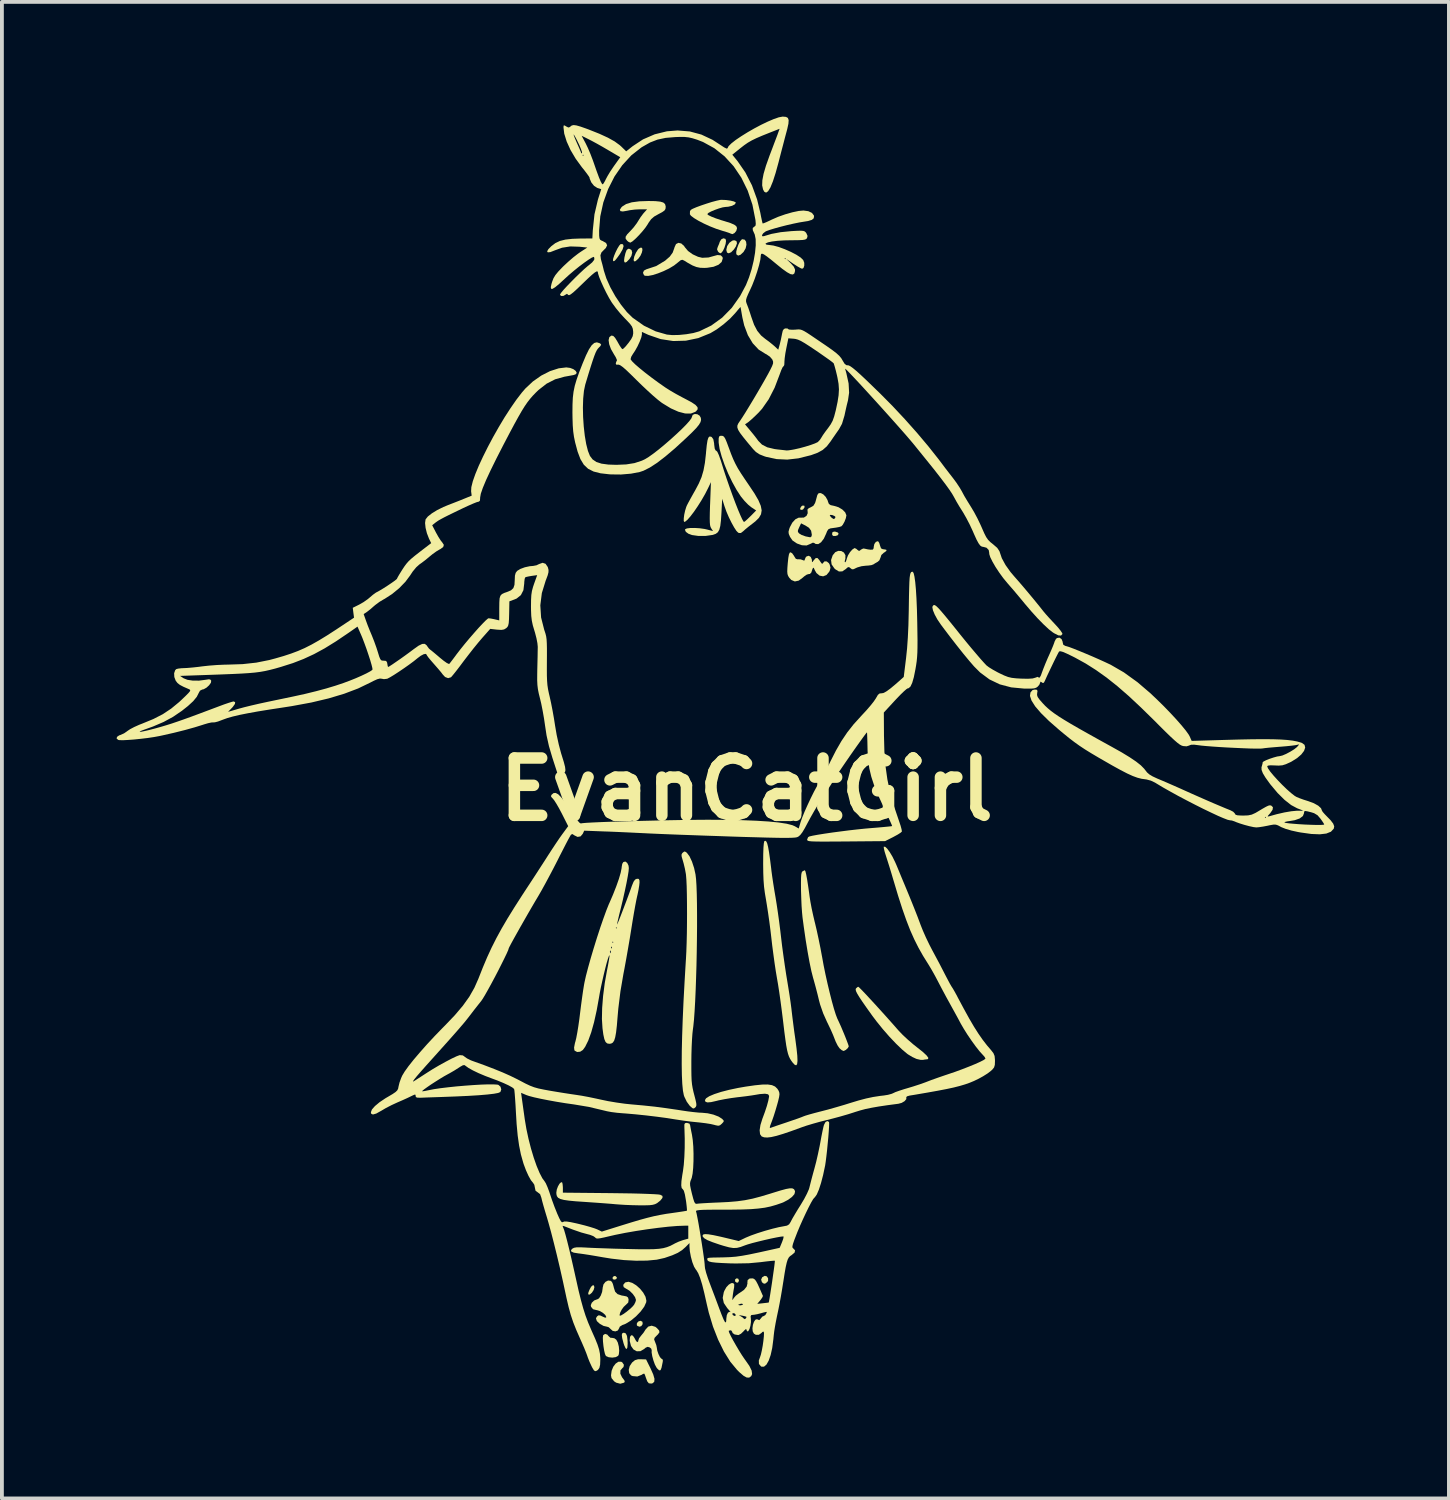
<source format=kicad_pcb>
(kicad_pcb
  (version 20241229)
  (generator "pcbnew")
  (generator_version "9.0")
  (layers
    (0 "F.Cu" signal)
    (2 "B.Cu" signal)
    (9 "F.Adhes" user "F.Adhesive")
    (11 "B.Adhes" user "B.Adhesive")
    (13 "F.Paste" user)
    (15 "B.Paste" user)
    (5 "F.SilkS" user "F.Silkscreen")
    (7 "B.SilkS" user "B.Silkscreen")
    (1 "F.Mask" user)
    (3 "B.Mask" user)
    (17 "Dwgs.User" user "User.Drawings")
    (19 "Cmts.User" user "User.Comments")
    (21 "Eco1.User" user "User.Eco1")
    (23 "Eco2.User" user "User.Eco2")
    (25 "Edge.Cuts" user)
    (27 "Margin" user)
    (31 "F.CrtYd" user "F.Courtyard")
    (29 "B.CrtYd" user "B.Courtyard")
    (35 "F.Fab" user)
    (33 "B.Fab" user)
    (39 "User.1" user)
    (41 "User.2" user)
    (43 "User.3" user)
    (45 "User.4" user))
  (footprint "EvanCatGirl"
    (layer "F.Cu")
    (at 16.474 17.596)
    (property "Reference" "EvanCatGirl" (at 0 0 0) (layer "F.SilkS") (effects (font (size 1.5 1.5) (thickness 0.3))))
    (attr board_only exclude_from_pos_files exclude_from_bom)
    (fp_poly (pts (xy -3.423 12.729) (xy -3.391 12.766) (xy -3.389 12.776) (xy -3.413 12.81) (xy -3.463 12.822) (xy -3.5 12.805) (xy -3.501 12.759) (xy -3.466 12.727)) (stroke (width 0) (type solid)) (fill yes) (layer "F.SilkS"))
    (fp_poly (pts (xy 1.515 -7.418) (xy 1.518 -7.379) (xy 1.482 -7.326) (xy 1.45 -7.311) (xy 1.407 -7.318) (xy 1.404 -7.357) (xy 1.441 -7.411) (xy 1.472 -7.425)) (stroke (width 0) (type solid)) (fill yes) (layer "F.SilkS"))
    (fp_poly (pts (xy -0.223 12.793) (xy -0.214 12.8) (xy -0.197 12.849) (xy -0.219 12.892) (xy -0.249 12.902) (xy -0.289 12.879) (xy -0.297 12.868) (xy -0.301 12.821) (xy -0.268 12.789)) (stroke (width 0) (type solid)) (fill yes) (layer "F.SilkS"))
    (fp_poly (pts (xy -2.725 13.921) (xy -2.722 13.925) (xy -2.716 13.983) (xy -2.751 14.035) (xy -2.798 14.052) (xy -2.854 14.031) (xy -2.87 14.01) (xy -2.866 13.955) (xy -2.826 13.913) (xy -2.771 13.897)) (stroke (width 0) (type solid)) (fill yes) (layer "F.SilkS"))
    (fp_poly (pts (xy 2.324 -6.741) (xy 2.39 -6.718) (xy 2.409 -6.684) (xy 2.382 -6.645) (xy 2.324 -6.628) (xy 2.261 -6.63) (xy 2.24 -6.663) (xy 2.238 -6.684) (xy 2.25 -6.732) (xy 2.297 -6.743)) (stroke (width 0) (type solid)) (fill yes) (layer "F.SilkS"))
    (fp_poly (pts (xy -3.991 12.972) (xy -3.979 13.02) (xy -3.998 13.091) (xy -4.043 13.161) (xy -4.096 13.207) (xy -4.119 13.213) (xy -4.141 13.202) (xy -4.137 13.161) (xy -4.109 13.089) (xy -4.066 13.009) (xy -4.023 12.969)) (stroke (width 0) (type solid)) (fill yes) (layer "F.SilkS"))
    (fp_poly (pts (xy 0.531 12.735) (xy 0.564 12.786) (xy 0.564 12.849) (xy 0.542 12.884) (xy 0.483 12.928) (xy 0.435 12.917) (xy 0.402 12.884) (xy 0.382 12.82) (xy 0.41 12.758) (xy 0.475 12.722) (xy 0.475 12.721)) (stroke (width 0) (type solid)) (fill yes) (layer "F.SilkS"))
    (fp_poly (pts (xy -0.265 -14.343) (xy -0.249 -14.286) (xy -0.278 -14.202) (xy -0.328 -14.125) (xy -0.402 -14.049) (xy -0.466 -14.021) (xy -0.511 -14.041) (xy -0.529 -14.11) (xy -0.506 -14.209) (xy -0.449 -14.296) (xy -0.373 -14.352) (xy -0.324 -14.363)) (stroke (width 0) (type solid)) (fill yes) (layer "F.SilkS"))
    (fp_poly (pts (xy -3.157 14.228) (xy -3.126 14.293) (xy -3.112 14.409) (xy -3.109 14.495) (xy -3.116 14.596) (xy -3.135 14.636) (xy -3.163 14.616) (xy -3.199 14.537) (xy -3.217 14.482) (xy -3.252 14.349) (xy -3.262 14.265) (xy -3.247 14.221) (xy -3.207 14.208) (xy -3.206 14.208)) (stroke (width 0) (type solid)) (fill yes) (layer "F.SilkS"))
    (fp_poly (pts (xy -3.008 -14.107) (xy -2.99 -14.04) (xy -3.011 -13.953) (xy -3.063 -13.87) (xy -3.135 -13.796) (xy -3.18 -13.777) (xy -3.201 -13.813) (xy -3.202 -13.839) (xy -3.193 -13.912) (xy -3.171 -14.007) (xy -3.166 -14.027) (xy -3.135 -14.107) (xy -3.098 -14.138) (xy -3.065 -14.139)) (stroke (width 0) (type solid)) (fill yes) (layer "F.SilkS"))
    (fp_poly (pts (xy -2.73 -14.158) (xy -2.722 -14.109) (xy -2.738 -14.038) (xy -2.774 -13.958) (xy -2.832 -13.878) (xy -2.837 -13.874) (xy -2.903 -13.815) (xy -2.943 -13.811) (xy -2.953 -13.851) (xy -2.936 -13.936) (xy -2.893 -14.036) (xy -2.84 -14.119) (xy -2.817 -14.143) (xy -2.761 -14.173)) (stroke (width 0) (type solid)) (fill yes) (layer "F.SilkS"))
    (fp_poly (pts (xy -0.551 -14.398) (xy -0.549 -14.396) (xy -0.536 -14.346) (xy -0.547 -14.264) (xy -0.577 -14.17) (xy -0.616 -14.086) (xy -0.66 -14.032) (xy -0.684 -14.021) (xy -0.721 -14.042) (xy -0.747 -14.069) (xy -0.771 -14.126) (xy -0.753 -14.186) (xy -0.717 -14.27) (xy -0.7 -14.322) (xy -0.662 -14.385) (xy -0.605 -14.414)) (stroke (width 0) (type solid)) (fill yes) (layer "F.SilkS"))
    (fp_poly (pts (xy -0.048 -14.378) (xy -0.011 -14.325) (xy -0.002 -14.245) (xy -0.023 -14.151) (xy -0.076 -14.06) (xy -0.08 -14.055) (xy -0.157 -13.983) (xy -0.22 -13.961) (xy -0.263 -13.992) (xy -0.267 -14.001) (xy -0.269 -14.063) (xy -0.247 -14.154) (xy -0.211 -14.251) (xy -0.168 -14.334) (xy -0.125 -14.384) (xy -0.113 -14.39)) (stroke (width 0) (type solid)) (fill yes) (layer "F.SilkS"))
    (fp_poly (pts (xy -3.231 -14.257) (xy -3.215 -14.209) (xy -3.24 -14.126) (xy -3.305 -14.013) (xy -3.311 -14.003) (xy -3.388 -13.896) (xy -3.438 -13.835) (xy -3.47 -13.813) (xy -3.489 -13.824) (xy -3.491 -13.826) (xy -3.49 -13.873) (xy -3.464 -13.955) (xy -3.423 -14.053) (xy -3.375 -14.149) (xy -3.328 -14.225) (xy -3.291 -14.263) (xy -3.287 -14.264)) (stroke (width 0) (type solid)) (fill yes) (layer "F.SilkS"))
    (fp_poly (pts (xy -3.25 14.984) (xy -3.207 15.047) (xy -3.217 15.107) (xy -3.244 15.131) (xy -3.297 15.194) (xy -3.3 15.28) (xy -3.255 15.375) (xy -3.241 15.393) (xy -3.193 15.458) (xy -3.185 15.495) (xy -3.205 15.516) (xy -3.302 15.543) (xy -3.409 15.515) (xy -3.462 15.48) (xy -3.531 15.395) (xy -3.544 15.324) (xy -3.528 15.204) (xy -3.484 15.097) (xy -3.422 15.016) (xy -3.351 14.968) (xy -3.28 14.967)) (stroke (width 0) (type solid)) (fill yes) (layer "F.SilkS"))
    (fp_poly (pts (xy -3.642 14.258) (xy -3.608 14.298) (xy -3.558 14.342) (xy -3.52 14.343) (xy -3.457 14.354) (xy -3.406 14.392) (xy -3.366 14.466) (xy -3.34 14.57) (xy -3.33 14.68) (xy -3.339 14.773) (xy -3.358 14.814) (xy -3.419 14.847) (xy -3.511 14.86) (xy -3.605 14.85) (xy -3.675 14.819) (xy -3.678 14.816) (xy -3.702 14.765) (xy -3.724 14.672) (xy -3.742 14.557) (xy -3.754 14.439) (xy -3.758 14.339) (xy -3.75 14.277) (xy -3.747 14.271) (xy -3.699 14.24)) (stroke (width 0) (type solid)) (fill yes) (layer "F.SilkS"))
    (fp_poly (pts (xy -2.627 14.907) (xy -2.511 15.141) (xy -2.44 15.3) (xy -2.407 15.415) (xy -2.413 15.491) (xy -2.457 15.531) (xy -2.49 15.539) (xy -2.555 15.532) (xy -2.595 15.483) (xy -2.604 15.461) (xy -2.635 15.377) (xy -2.655 15.317) (xy -2.673 15.28) (xy -2.705 15.285) (xy -2.743 15.31) (xy -2.856 15.354) (xy -2.978 15.343) (xy -3.018 15.326) (xy -3.068 15.268) (xy -3.08 15.18) (xy -3.055 15.081) (xy -2.994 14.99) (xy -2.99 14.986) (xy -2.918 14.927) (xy -2.839 14.904) (xy -2.765 14.903)) (stroke (width 0) (type solid)) (fill yes) (layer "F.SilkS"))
    (fp_poly (pts (xy 2.95 5.183) (xy 3.012 5.245) (xy 3.104 5.341) (xy 3.218 5.464) (xy 3.35 5.607) (xy 3.493 5.764) (xy 3.642 5.929) (xy 3.789 6.094) (xy 3.93 6.254) (xy 3.985 6.316) (xy 4.086 6.421) (xy 4.218 6.544) (xy 4.362 6.668) (xy 4.459 6.745) (xy 4.612 6.866) (xy 4.71 6.958) (xy 4.755 7.02) (xy 4.746 7.053) (xy 4.718 7.058) (xy 4.656 7.065) (xy 4.617 7.073) (xy 4.548 7.072) (xy 4.457 7.051) (xy 4.438 7.045) (xy 4.337 6.998) (xy 4.229 6.933) (xy 4.205 6.916) (xy 4.069 6.802) (xy 3.91 6.649) (xy 3.738 6.468) (xy 3.565 6.27) (xy 3.401 6.067) (xy 3.288 5.917) (xy 3.143 5.714) (xy 3.032 5.555) (xy 2.951 5.433) (xy 2.897 5.344) (xy 2.866 5.282) (xy 2.854 5.239) (xy 2.859 5.211) (xy 2.865 5.202) (xy 2.907 5.166) (xy 2.923 5.161)) (stroke (width 0) (type solid)) (fill yes) (layer "F.SilkS"))
    (fp_poly (pts (xy -4.823 10.276) (xy -4.811 10.317) (xy -4.804 10.395) (xy -4.803 10.421) (xy -4.803 10.546) (xy -3.57 10.558) (xy -3.275 10.562) (xy -3.006 10.566) (xy -2.768 10.572) (xy -2.568 10.579) (xy -2.412 10.586) (xy -2.305 10.593) (xy -2.255 10.601) (xy -2.2 10.63) (xy -2.195 10.667) (xy -2.208 10.696) (xy -2.258 10.756) (xy -2.333 10.815) (xy -2.341 10.821) (xy -2.393 10.847) (xy -2.454 10.864) (xy -2.538 10.874) (xy -2.657 10.877) (xy -2.814 10.877) (xy -2.989 10.873) (xy -3.169 10.866) (xy -3.329 10.856) (xy -3.42 10.849) (xy -3.529 10.839) (xy -3.684 10.827) (xy -3.871 10.813) (xy -4.072 10.799) (xy -4.227 10.788) (xy -4.463 10.772) (xy -4.643 10.755) (xy -4.776 10.736) (xy -4.868 10.711) (xy -4.927 10.68) (xy -4.959 10.638) (xy -4.972 10.585) (xy -4.974 10.543) (xy -4.962 10.463) (xy -4.931 10.381) (xy -4.891 10.312) (xy -4.85 10.274)) (stroke (width 0) (type solid)) (fill yes) (layer "F.SilkS"))
    (fp_poly (pts (xy -1.706 -14.278) (xy -1.634 -14.213) (xy -1.611 -14.178) (xy -1.529 -14.081) (xy -1.407 -13.994) (xy -1.268 -13.93) (xy -1.159 -13.904) (xy -0.994 -13.912) (xy -0.886 -13.942) (xy -0.761 -13.976) (xy -0.673 -13.968) (xy -0.627 -13.921) (xy -0.622 -13.884) (xy -0.651 -13.794) (xy -0.734 -13.721) (xy -0.863 -13.669) (xy -1.033 -13.642) (xy -1.106 -13.639) (xy -1.214 -13.643) (xy -1.311 -13.663) (xy -1.412 -13.703) (xy -1.536 -13.772) (xy -1.633 -13.832) (xy -1.679 -13.852) (xy -1.723 -13.84) (xy -1.786 -13.789) (xy -1.794 -13.782) (xy -1.896 -13.702) (xy -2.026 -13.624) (xy -2.171 -13.554) (xy -2.319 -13.495) (xy -2.457 -13.452) (xy -2.573 -13.43) (xy -2.655 -13.434) (xy -2.681 -13.448) (xy -2.708 -13.51) (xy -2.683 -13.569) (xy -2.619 -13.603) (xy -2.362 -13.688) (xy -2.13 -13.828) (xy -2.007 -13.935) (xy -1.931 -14.04) (xy -1.887 -14.162) (xy -1.882 -14.182) (xy -1.844 -14.263) (xy -1.781 -14.295)) (stroke (width 0) (type solid)) (fill yes) (layer "F.SilkS"))
    (fp_poly (pts (xy -2.385 -15.386) (xy -2.258 -15.373) (xy -2.176 -15.349) (xy -2.131 -15.309) (xy -2.115 -15.252) (xy -2.114 -15.235) (xy -2.12 -15.181) (xy -2.147 -15.139) (xy -2.207 -15.097) (xy -2.301 -15.047) (xy -2.416 -14.982) (xy -2.495 -14.913) (xy -2.562 -14.82) (xy -2.581 -14.786) (xy -2.64 -14.698) (xy -2.72 -14.598) (xy -2.811 -14.496) (xy -2.901 -14.405) (xy -2.979 -14.336) (xy -3.034 -14.303) (xy -3.043 -14.301) (xy -3.087 -14.321) (xy -3.122 -14.35) (xy -3.161 -14.402) (xy -3.162 -14.454) (xy -3.121 -14.518) (xy -3.044 -14.598) (xy -2.953 -14.698) (xy -2.868 -14.811) (xy -2.837 -14.861) (xy -2.773 -14.963) (xy -2.704 -15.056) (xy -2.678 -15.086) (xy -2.6 -15.172) (xy -2.792 -15.172) (xy -2.924 -15.165) (xy -3.056 -15.148) (xy -3.124 -15.134) (xy -3.235 -15.115) (xy -3.299 -15.125) (xy -3.312 -15.163) (xy -3.271 -15.225) (xy -3.251 -15.245) (xy -3.148 -15.31) (xy -3.001 -15.355) (xy -2.803 -15.381) (xy -2.565 -15.389)) (stroke (width 0) (type solid)) (fill yes) (layer "F.SilkS"))
    (fp_poly (pts (xy -0.535 -15.415) (xy -0.42 -15.399) (xy -0.332 -15.378) (xy -0.284 -15.353) (xy -0.28 -15.343) (xy -0.308 -15.3) (xy -0.38 -15.263) (xy -0.479 -15.239) (xy -0.549 -15.234) (xy -0.623 -15.223) (xy -0.721 -15.195) (xy -0.827 -15.157) (xy -0.925 -15.116) (xy -0.997 -15.077) (xy -1.026 -15.047) (xy -1.026 -15.046) (xy -0.998 -15.02) (xy -0.92 -14.981) (xy -0.803 -14.935) (xy -0.659 -14.887) (xy -0.572 -14.861) (xy -0.421 -14.813) (xy -0.323 -14.771) (xy -0.268 -14.73) (xy -0.249 -14.684) (xy -0.249 -14.675) (xy -0.268 -14.607) (xy -0.313 -14.552) (xy -0.367 -14.523) (xy -0.41 -14.535) (xy -0.446 -14.551) (xy -0.526 -14.578) (xy -0.632 -14.61) (xy -0.641 -14.613) (xy -0.795 -14.663) (xy -0.957 -14.727) (xy -1.115 -14.799) (xy -1.258 -14.873) (xy -1.374 -14.943) (xy -1.453 -15.003) (xy -1.481 -15.042) (xy -1.479 -15.121) (xy -1.457 -15.157) (xy -1.407 -15.186) (xy -1.311 -15.227) (xy -1.186 -15.273) (xy -1.046 -15.32) (xy -0.907 -15.364) (xy -0.783 -15.397) (xy -0.691 -15.417) (xy -0.659 -15.42)) (stroke (width 0) (type solid)) (fill yes) (layer "F.SilkS"))
    (fp_poly (pts (xy -2.384 14.055) (xy -2.344 14.087) (xy -2.287 14.149) (xy -2.277 14.197) (xy -2.316 14.252) (xy -2.352 14.287) (xy -2.405 14.343) (xy -2.416 14.387) (xy -2.393 14.447) (xy -2.392 14.449) (xy -2.36 14.532) (xy -2.347 14.596) (xy -2.334 14.679) (xy -2.303 14.768) (xy -2.265 14.845) (xy -2.227 14.888) (xy -2.216 14.892) (xy -2.188 14.917) (xy -2.191 14.97) (xy -2.211 15.066) (xy -2.223 15.125) (xy -2.248 15.188) (xy -2.285 15.194) (xy -2.339 15.141) (xy -2.356 15.117) (xy -2.397 15.04) (xy -2.435 14.934) (xy -2.466 14.821) (xy -2.482 14.724) (xy -2.48 14.668) (xy -2.493 14.624) (xy -2.531 14.594) (xy -2.585 14.578) (xy -2.637 14.6) (xy -2.678 14.635) (xy -2.775 14.692) (xy -2.872 14.694) (xy -2.957 14.646) (xy -3.021 14.555) (xy -3.054 14.426) (xy -3.055 14.411) (xy -3.047 14.318) (xy -3.016 14.275) (xy -2.973 14.285) (xy -2.927 14.352) (xy -2.923 14.362) (xy -2.885 14.431) (xy -2.851 14.456) (xy -2.831 14.431) (xy -2.829 14.409) (xy -2.809 14.354) (xy -2.76 14.289) (xy -2.759 14.288) (xy -2.691 14.205) (xy -2.642 14.127) (xy -2.571 14.049) (xy -2.481 14.025)) (stroke (width 0) (type solid)) (fill yes) (layer "F.SilkS"))
    (fp_poly (pts (xy 1.193 -6.177) (xy 1.238 -6.114) (xy 1.244 -6.102) (xy 1.289 -6.032) (xy 1.337 -6.017) (xy 1.343 -6.019) (xy 1.413 -6.018) (xy 1.46 -6.001) (xy 1.509 -5.983) (xy 1.523 -6.006) (xy 1.523 -6.011) (xy 1.545 -6.066) (xy 1.57 -6.094) (xy 1.628 -6.111) (xy 1.68 -6.08) (xy 1.708 -6.012) (xy 1.71 -5.99) (xy 1.712 -5.945) (xy 1.727 -5.951) (xy 1.758 -5.993) (xy 1.81 -6.05) (xy 1.855 -6.052) (xy 1.905 -5.997) (xy 1.924 -5.967) (xy 1.965 -5.909) (xy 1.99 -5.903) (xy 2 -5.921) (xy 2.041 -5.965) (xy 2.099 -5.962) (xy 2.154 -5.917) (xy 2.175 -5.879) (xy 2.196 -5.802) (xy 2.18 -5.73) (xy 2.163 -5.693) (xy 2.091 -5.607) (xy 2.003 -5.573) (xy 1.911 -5.591) (xy 1.829 -5.659) (xy 1.787 -5.731) (xy 1.762 -5.787) (xy 1.744 -5.8) (xy 1.725 -5.766) (xy 1.696 -5.678) (xy 1.694 -5.672) (xy 1.656 -5.634) (xy 1.628 -5.633) (xy 1.576 -5.618) (xy 1.506 -5.57) (xy 1.475 -5.542) (xy 1.366 -5.461) (xy 1.264 -5.439) (xy 1.171 -5.478) (xy 1.119 -5.534) (xy 1.088 -5.583) (xy 1.071 -5.633) (xy 1.065 -5.699) (xy 1.069 -5.799) (xy 1.078 -5.915) (xy 1.093 -6.056) (xy 1.109 -6.145) (xy 1.128 -6.19) (xy 1.15 -6.202)) (stroke (width 0) (type solid)) (fill yes) (layer "F.SilkS"))
    (fp_poly (pts (xy 3.446 -6.485) (xy 3.471 -6.445) (xy 3.493 -6.374) (xy 3.518 -6.305) (xy 3.567 -6.281) (xy 3.59 -6.28) (xy 3.654 -6.269) (xy 3.661 -6.241) (xy 3.611 -6.202) (xy 3.593 -6.193) (xy 3.526 -6.131) (xy 3.508 -6.073) (xy 3.475 -5.992) (xy 3.431 -5.953) (xy 3.359 -5.912) (xy 3.322 -5.887) (xy 3.267 -5.866) (xy 3.177 -5.854) (xy 3.128 -5.852) (xy 3.009 -5.838) (xy 2.898 -5.806) (xy 2.872 -5.794) (xy 2.801 -5.76) (xy 2.758 -5.757) (xy 2.721 -5.785) (xy 2.718 -5.787) (xy 2.68 -5.816) (xy 2.644 -5.807) (xy 2.595 -5.763) (xy 2.505 -5.702) (xy 2.416 -5.7) (xy 2.32 -5.759) (xy 2.298 -5.78) (xy 2.225 -5.886) (xy 2.211 -6) (xy 2.254 -6.124) (xy 2.32 -6.204) (xy 2.4 -6.239) (xy 2.481 -6.234) (xy 2.548 -6.194) (xy 2.587 -6.124) (xy 2.585 -6.03) (xy 2.577 -6.008) (xy 2.567 -5.955) (xy 2.578 -5.938) (xy 2.601 -5.965) (xy 2.622 -6.032) (xy 2.624 -6.043) (xy 2.654 -6.121) (xy 2.706 -6.205) (xy 2.767 -6.274) (xy 2.821 -6.31) (xy 2.831 -6.311) (xy 2.871 -6.292) (xy 2.902 -6.265) (xy 2.943 -6.236) (xy 2.978 -6.257) (xy 2.987 -6.268) (xy 3.051 -6.301) (xy 3.091 -6.296) (xy 3.173 -6.278) (xy 3.241 -6.269) (xy 3.303 -6.272) (xy 3.325 -6.308) (xy 3.327 -6.344) (xy 3.343 -6.419) (xy 3.383 -6.474) (xy 3.43 -6.491)) (stroke (width 0) (type solid)) (fill yes) (layer "F.SilkS"))
    (fp_poly (pts (xy 1.541 2.144) (xy 1.561 2.227) (xy 1.585 2.356) (xy 1.611 2.524) (xy 1.639 2.721) (xy 1.649 2.798) (xy 1.67 2.933) (xy 1.702 3.105) (xy 1.743 3.294) (xy 1.786 3.477) (xy 1.788 3.482) (xy 1.835 3.681) (xy 1.885 3.912) (xy 1.933 4.148) (xy 1.972 4.359) (xy 1.973 4.361) (xy 2.015 4.594) (xy 2.065 4.839) (xy 2.12 5.085) (xy 2.177 5.324) (xy 2.233 5.544) (xy 2.286 5.735) (xy 2.334 5.887) (xy 2.373 5.99) (xy 2.378 6) (xy 2.418 6.085) (xy 2.469 6.198) (xy 2.523 6.326) (xy 2.577 6.456) (xy 2.623 6.574) (xy 2.657 6.665) (xy 2.673 6.715) (xy 2.674 6.719) (xy 2.65 6.764) (xy 2.598 6.812) (xy 2.545 6.839) (xy 2.537 6.84) (xy 2.49 6.819) (xy 2.431 6.768) (xy 2.431 6.768) (xy 2.383 6.698) (xy 2.332 6.596) (xy 2.305 6.527) (xy 2.264 6.423) (xy 2.204 6.286) (xy 2.135 6.141) (xy 2.104 6.078) (xy 2.005 5.857) (xy 1.925 5.627) (xy 1.896 5.518) (xy 1.857 5.357) (xy 1.808 5.168) (xy 1.758 4.986) (xy 1.741 4.928) (xy 1.696 4.752) (xy 1.648 4.522) (xy 1.598 4.248) (xy 1.547 3.937) (xy 1.498 3.598) (xy 1.464 3.342) (xy 1.452 3.217) (xy 1.44 3.049) (xy 1.432 2.86) (xy 1.426 2.669) (xy 1.425 2.632) (xy 1.424 2.447) (xy 1.426 2.314) (xy 1.432 2.226) (xy 1.443 2.173) (xy 1.459 2.146) (xy 1.463 2.143) (xy 1.512 2.118) (xy 1.526 2.115)) (stroke (width 0) (type solid)) (fill yes) (layer "F.SilkS"))
    (fp_poly (pts (xy 0.52 1.365) (xy 0.543 1.418) (xy 0.565 1.509) (xy 0.589 1.644) (xy 0.615 1.828) (xy 0.645 2.066) (xy 0.652 2.13) (xy 0.671 2.272) (xy 0.698 2.453) (xy 0.729 2.648) (xy 0.76 2.829) (xy 0.788 3.003) (xy 0.82 3.218) (xy 0.853 3.455) (xy 0.883 3.693) (xy 0.902 3.855) (xy 0.93 4.091) (xy 0.965 4.35) (xy 1.002 4.61) (xy 1.038 4.847) (xy 1.059 4.974) (xy 1.092 5.175) (xy 1.125 5.381) (xy 1.153 5.575) (xy 1.174 5.735) (xy 1.18 5.79) (xy 1.198 5.942) (xy 1.222 6.131) (xy 1.248 6.333) (xy 1.275 6.52) (xy 1.308 6.772) (xy 1.328 6.965) (xy 1.333 7.101) (xy 1.323 7.185) (xy 1.298 7.216) (xy 1.257 7.199) (xy 1.199 7.135) (xy 1.171 7.096) (xy 1.138 7.043) (xy 1.11 6.985) (xy 1.085 6.913) (xy 1.062 6.82) (xy 1.039 6.698) (xy 1.016 6.54) (xy 0.989 6.337) (xy 0.959 6.083) (xy 0.95 6.008) (xy 0.921 5.778) (xy 0.889 5.537) (xy 0.856 5.304) (xy 0.824 5.097) (xy 0.796 4.935) (xy 0.767 4.764) (xy 0.735 4.551) (xy 0.703 4.317) (xy 0.672 4.081) (xy 0.653 3.917) (xy 0.627 3.692) (xy 0.596 3.454) (xy 0.563 3.222) (xy 0.531 3.016) (xy 0.511 2.894) (xy 0.48 2.71) (xy 0.458 2.543) (xy 0.445 2.374) (xy 0.438 2.184) (xy 0.435 1.952) (xy 0.435 1.925) (xy 0.437 1.691) (xy 0.443 1.519) (xy 0.453 1.407) (xy 0.466 1.354) (xy 0.47 1.35) (xy 0.496 1.344)) (stroke (width 0) (type solid)) (fill yes) (layer "F.SilkS"))
    (fp_poly (pts (xy -1.588 1.635) (xy -1.558 1.66) (xy -1.491 1.749) (xy -1.427 1.886) (xy -1.371 2.056) (xy -1.334 2.224) (xy -1.32 2.342) (xy -1.309 2.515) (xy -1.301 2.735) (xy -1.296 2.993) (xy -1.294 3.283) (xy -1.294 3.596) (xy -1.297 3.925) (xy -1.302 4.262) (xy -1.309 4.6) (xy -1.319 4.93) (xy -1.33 5.245) (xy -1.343 5.537) (xy -1.358 5.799) (xy -1.374 6.023) (xy -1.392 6.2) (xy -1.403 6.28) (xy -1.415 6.388) (xy -1.426 6.543) (xy -1.435 6.73) (xy -1.441 6.933) (xy -1.443 7.104) (xy -1.443 7.318) (xy -1.441 7.483) (xy -1.436 7.611) (xy -1.425 7.717) (xy -1.409 7.813) (xy -1.387 7.913) (xy -1.369 7.982) (xy -1.334 8.117) (xy -1.315 8.205) (xy -1.311 8.26) (xy -1.322 8.295) (xy -1.341 8.318) (xy -1.376 8.344) (xy -1.411 8.338) (xy -1.464 8.293) (xy -1.488 8.27) (xy -1.562 8.169) (xy -1.626 8.037) (xy -1.64 7.996) (xy -1.663 7.878) (xy -1.68 7.702) (xy -1.691 7.469) (xy -1.695 7.182) (xy -1.693 6.844) (xy -1.684 6.457) (xy -1.669 6.023) (xy -1.648 5.547) (xy -1.62 5.03) (xy -1.587 4.474) (xy -1.584 4.436) (xy -1.574 4.24) (xy -1.566 4.012) (xy -1.56 3.761) (xy -1.557 3.499) (xy -1.556 3.235) (xy -1.557 2.979) (xy -1.56 2.741) (xy -1.565 2.531) (xy -1.573 2.36) (xy -1.583 2.237) (xy -1.587 2.207) (xy -1.612 2.071) (xy -1.645 1.934) (xy -1.668 1.854) (xy -1.695 1.763) (xy -1.701 1.709) (xy -1.685 1.673) (xy -1.668 1.654) (xy -1.626 1.623)) (stroke (width 0) (type solid)) (fill yes) (layer "F.SilkS"))
    (fp_poly (pts (xy -3.844 -11.671) (xy -3.825 -11.66) (xy -3.802 -11.633) (xy -3.821 -11.597) (xy -3.862 -11.555) (xy -3.89 -11.524) (xy -3.918 -11.482) (xy -3.948 -11.421) (xy -3.982 -11.334) (xy -4.023 -11.216) (xy -4.074 -11.058) (xy -4.137 -10.855) (xy -4.214 -10.599) (xy -4.218 -10.586) (xy -4.252 -10.424) (xy -4.272 -10.22) (xy -4.279 -9.988) (xy -4.274 -9.741) (xy -4.257 -9.49) (xy -4.23 -9.25) (xy -4.193 -9.033) (xy -4.147 -8.852) (xy -4.095 -8.722) (xy -4.026 -8.631) (xy -3.928 -8.564) (xy -3.793 -8.52) (xy -3.614 -8.496) (xy -3.404 -8.489) (xy -3.145 -8.5) (xy -2.928 -8.535) (xy -2.737 -8.598) (xy -2.658 -8.635) (xy -2.561 -8.694) (xy -2.437 -8.782) (xy -2.295 -8.892) (xy -2.143 -9.018) (xy -1.988 -9.152) (xy -1.838 -9.288) (xy -1.7 -9.418) (xy -1.583 -9.536) (xy -1.495 -9.634) (xy -1.442 -9.706) (xy -1.43 -9.737) (xy -1.408 -9.795) (xy -1.353 -9.819) (xy -1.286 -9.812) (xy -1.226 -9.774) (xy -1.195 -9.718) (xy -1.189 -9.663) (xy -1.204 -9.605) (xy -1.245 -9.536) (xy -1.316 -9.449) (xy -1.424 -9.338) (xy -1.574 -9.194) (xy -1.586 -9.183) (xy -1.87 -8.922) (xy -2.12 -8.71) (xy -2.338 -8.542) (xy -2.529 -8.418) (xy -2.694 -8.335) (xy -2.795 -8.301) (xy -3.022 -8.258) (xy -3.282 -8.236) (xy -3.549 -8.239) (xy -3.592 -8.242) (xy -3.819 -8.268) (xy -4 -8.314) (xy -4.143 -8.386) (xy -4.255 -8.492) (xy -4.344 -8.639) (xy -4.418 -8.835) (xy -4.483 -9.078) (xy -4.513 -9.223) (xy -4.533 -9.366) (xy -4.545 -9.524) (xy -4.551 -9.715) (xy -4.553 -9.855) (xy -4.551 -10.067) (xy -4.543 -10.243) (xy -4.524 -10.401) (xy -4.492 -10.556) (xy -4.443 -10.721) (xy -4.375 -10.914) (xy -4.289 -11.135) (xy -4.199 -11.35) (xy -4.121 -11.509) (xy -4.05 -11.616) (xy -3.983 -11.676) (xy -3.915 -11.693)) (stroke (width 0) (type solid)) (fill yes) (layer "F.SilkS"))
    (fp_poly (pts (xy 2.009 -7.715) (xy 2.071 -7.651) (xy 2.119 -7.565) (xy 2.133 -7.519) (xy 2.155 -7.466) (xy 2.2 -7.435) (xy 2.288 -7.416) (xy 2.293 -7.415) (xy 2.404 -7.381) (xy 2.505 -7.321) (xy 2.58 -7.247) (xy 2.611 -7.173) (xy 2.612 -7.167) (xy 2.597 -7.092) (xy 2.562 -7.001) (xy 2.517 -6.921) (xy 2.483 -6.883) (xy 2.428 -6.864) (xy 2.338 -6.847) (xy 2.286 -6.84) (xy 2.193 -6.827) (xy 2.14 -6.803) (xy 2.107 -6.752) (xy 2.084 -6.693) (xy 2.022 -6.559) (xy 1.95 -6.464) (xy 1.877 -6.416) (xy 1.808 -6.419) (xy 1.781 -6.439) (xy 1.738 -6.455) (xy 1.675 -6.424) (xy 1.571 -6.38) (xy 1.449 -6.386) (xy 1.319 -6.432) (xy 1.202 -6.511) (xy 1.137 -6.606) (xy 1.105 -6.682) (xy 1.099 -6.736) (xy 1.344 -6.736) (xy 1.372 -6.698) (xy 1.374 -6.696) (xy 1.443 -6.654) (xy 1.547 -6.617) (xy 1.66 -6.595) (xy 1.671 -6.594) (xy 1.7 -6.618) (xy 1.708 -6.661) (xy 1.689 -6.767) (xy 1.633 -6.843) (xy 1.545 -6.899) (xy 1.427 -6.959) (xy 1.376 -6.852) (xy 1.345 -6.779) (xy 1.344 -6.736) (xy 1.099 -6.736) (xy 1.099 -6.741) (xy 1.117 -6.812) (xy 1.134 -6.858) (xy 1.197 -6.977) (xy 1.277 -7.064) (xy 1.363 -7.107) (xy 1.415 -7.107) (xy 1.5 -7.11) (xy 1.568 -7.154) (xy 1.575 -7.168) (xy 2.176 -7.168) (xy 2.196 -7.139) (xy 2.227 -7.104) (xy 2.277 -7.072) (xy 2.312 -7.088) (xy 2.327 -7.126) (xy 2.3 -7.151) (xy 2.244 -7.175) (xy 2.194 -7.181) (xy 2.176 -7.168) (xy 1.575 -7.168) (xy 1.6 -7.223) (xy 1.598 -7.263) (xy 1.593 -7.319) (xy 1.627 -7.355) (xy 1.676 -7.377) (xy 1.749 -7.419) (xy 1.793 -7.491) (xy 1.808 -7.539) (xy 1.832 -7.627) (xy 1.85 -7.693) (xy 1.853 -7.703) (xy 1.888 -7.749) (xy 1.944 -7.75)) (stroke (width 0) (type solid)) (fill yes) (layer "F.SilkS"))
    (fp_poly (pts (xy -3.555 12.851) (xy -3.521 12.879) (xy -3.495 12.934) (xy -3.472 13.019) (xy -3.47 13.031) (xy -3.436 13.136) (xy -3.372 13.2) (xy -3.264 13.236) (xy -3.223 13.242) (xy -3.139 13.259) (xy -3.099 13.288) (xy -3.084 13.343) (xy -3.084 13.343) (xy -3.093 13.418) (xy -3.152 13.477) (xy -3.158 13.482) (xy -3.213 13.534) (xy -3.266 13.608) (xy -3.305 13.684) (xy -3.32 13.745) (xy -3.314 13.764) (xy -3.282 13.757) (xy -3.218 13.719) (xy -3.137 13.661) (xy -3.054 13.593) (xy -2.984 13.528) (xy -2.941 13.478) (xy -2.905 13.406) (xy -2.891 13.352) (xy -2.915 13.28) (xy -2.974 13.195) (xy -3.053 13.117) (xy -3.133 13.065) (xy -3.144 13.061) (xy -3.213 13.016) (xy -3.225 12.959) (xy -3.179 12.9) (xy -3.168 12.893) (xy -3.088 12.876) (xy -2.99 12.905) (xy -2.886 12.968) (xy -2.786 13.057) (xy -2.702 13.16) (xy -2.642 13.268) (xy -2.619 13.371) (xy -2.624 13.414) (xy -2.676 13.529) (xy -2.77 13.656) (xy -2.891 13.782) (xy -3.026 13.893) (xy -3.159 13.974) (xy -3.247 14.008) (xy -3.314 14.05) (xy -3.333 14.094) (xy -3.366 14.151) (xy -3.43 14.174) (xy -3.5 14.161) (xy -3.55 14.116) (xy -3.603 14.066) (xy -3.646 14.052) (xy -3.739 14.031) (xy -3.836 13.977) (xy -3.909 13.91) (xy -3.919 13.893) (xy -3.938 13.831) (xy -3.909 13.782) (xy -3.87 13.754) (xy -3.824 13.759) (xy -3.766 13.786) (xy -3.699 13.815) (xy -3.672 13.811) (xy -3.669 13.795) (xy -3.694 13.744) (xy -3.758 13.688) (xy -3.838 13.641) (xy -3.914 13.618) (xy -3.925 13.617) (xy -4.014 13.594) (xy -4.065 13.533) (xy -4.073 13.491) (xy -4.047 13.425) (xy -3.985 13.366) (xy -3.913 13.338) (xy -3.905 13.337) (xy -3.858 13.31) (xy -3.812 13.238) (xy -3.777 13.143) (xy -3.762 13.041) (xy -3.762 13.032) (xy -3.741 12.945) (xy -3.689 12.879) (xy -3.622 12.844)) (stroke (width 0) (type solid)) (fill yes) (layer "F.SilkS"))
    (fp_poly (pts (xy -0.617 -9.244) (xy -0.587 -9.221) (xy -0.555 -9.17) (xy -0.517 -9.08) (xy -0.466 -8.942) (xy -0.464 -8.938) (xy -0.404 -8.775) (xy -0.349 -8.64) (xy -0.292 -8.519) (xy -0.227 -8.398) (xy -0.145 -8.266) (xy -0.039 -8.107) (xy 0.068 -7.95) (xy 0.211 -7.736) (xy 0.312 -7.561) (xy 0.373 -7.417) (xy 0.396 -7.298) (xy 0.379 -7.196) (xy 0.324 -7.102) (xy 0.232 -7.011) (xy 0.157 -6.952) (xy 0.057 -6.875) (xy -0.032 -6.802) (xy -0.086 -6.753) (xy -0.146 -6.707) (xy -0.196 -6.706) (xy -0.219 -6.716) (xy -0.265 -6.762) (xy -0.325 -6.854) (xy -0.393 -6.977) (xy -0.463 -7.119) (xy -0.526 -7.266) (xy -0.576 -7.406) (xy -0.579 -7.415) (xy -0.637 -7.601) (xy -0.656 -7.228) (xy -0.669 -7.033) (xy -0.686 -6.891) (xy -0.712 -6.792) (xy -0.75 -6.726) (xy -0.804 -6.685) (xy -0.879 -6.658) (xy -0.888 -6.656) (xy -1.067 -6.63) (xy -1.264 -6.63) (xy -1.426 -6.653) (xy -1.521 -6.688) (xy -1.587 -6.737) (xy -1.609 -6.787) (xy -1.603 -6.806) (xy -1.559 -6.826) (xy -1.471 -6.837) (xy -1.353 -6.838) (xy -1.224 -6.83) (xy -1.098 -6.812) (xy -1.035 -6.798) (xy -0.876 -6.757) (xy -0.925 -6.831) (xy -0.942 -6.866) (xy -0.954 -6.914) (xy -0.96 -6.986) (xy -0.962 -7.09) (xy -0.96 -7.236) (xy -0.954 -7.434) (xy -0.952 -7.471) (xy -0.931 -8.037) (xy -1.005 -7.88) (xy -1.084 -7.725) (xy -1.176 -7.565) (xy -1.275 -7.408) (xy -1.374 -7.263) (xy -1.467 -7.141) (xy -1.546 -7.051) (xy -1.606 -7.002) (xy -1.627 -6.995) (xy -1.642 -7.022) (xy -1.641 -7.092) (xy -1.629 -7.187) (xy -1.606 -7.291) (xy -1.576 -7.388) (xy -1.559 -7.429) (xy -1.52 -7.504) (xy -1.459 -7.616) (xy -1.387 -7.745) (xy -1.344 -7.82) (xy -1.248 -8.001) (xy -1.176 -8.169) (xy -1.125 -8.344) (xy -1.088 -8.543) (xy -1.061 -8.783) (xy -1.058 -8.827) (xy -1.04 -9.004) (xy -1.021 -9.126) (xy -0.998 -9.199) (xy -0.968 -9.23) (xy -0.928 -9.225) (xy -0.909 -9.214) (xy -0.869 -9.16) (xy -0.848 -9.054) (xy -0.846 -9.02) (xy -0.832 -8.914) (xy -0.808 -8.865) (xy -0.794 -8.86) (xy -0.764 -8.831) (xy -0.724 -8.745) (xy -0.675 -8.608) (xy -0.654 -8.542) (xy -0.59 -8.336) (xy -0.518 -8.12) (xy -0.442 -7.902) (xy -0.366 -7.69) (xy -0.292 -7.493) (xy -0.223 -7.318) (xy -0.162 -7.173) (xy -0.113 -7.066) (xy -0.078 -7.006) (xy -0.065 -6.995) (xy -0.034 -7.016) (xy 0.026 -7.07) (xy 0.103 -7.145) (xy 0.104 -7.145) (xy 0.252 -7.296) (xy 0.125 -7.38) (xy 0.042 -7.448) (xy -0.054 -7.547) (xy -0.143 -7.656) (xy -0.144 -7.656) (xy -0.259 -7.832) (xy -0.373 -8.038) (xy -0.48 -8.261) (xy -0.574 -8.489) (xy -0.65 -8.707) (xy -0.704 -8.904) (xy -0.728 -9.065) (xy -0.729 -9.094) (xy -0.728 -9.186) (xy -0.715 -9.232) (xy -0.684 -9.248) (xy -0.654 -9.249)) (stroke (width 0) (type solid)) (fill yes) (layer "F.SilkS"))
    (fp_poly (pts (xy -3.12 1.922) (xy -3.086 1.993) (xy -3.078 2.057) (xy -3.085 2.143) (xy -3.107 2.279) (xy -3.14 2.454) (xy -3.183 2.658) (xy -3.233 2.881) (xy -3.289 3.113) (xy -3.297 3.146) (xy -3.333 3.289) (xy -3.361 3.41) (xy -3.381 3.496) (xy -3.387 3.535) (xy -3.387 3.535) (xy -3.377 3.516) (xy -3.348 3.449) (xy -3.306 3.344) (xy -3.255 3.212) (xy -3.198 3.063) (xy -3.139 2.907) (xy -3.082 2.754) (xy -3.031 2.615) (xy -2.997 2.518) (xy -2.954 2.413) (xy -2.913 2.357) (xy -2.868 2.337) (xy -2.82 2.339) (xy -2.801 2.374) (xy -2.798 2.431) (xy -2.806 2.51) (xy -2.825 2.627) (xy -2.852 2.759) (xy -2.858 2.782) (xy -2.882 2.893) (xy -2.912 3.05) (xy -2.946 3.24) (xy -2.981 3.447) (xy -3.014 3.653) (xy -3.053 3.895) (xy -3.099 4.164) (xy -3.147 4.437) (xy -3.193 4.689) (xy -3.221 4.834) (xy -3.297 5.278) (xy -3.353 5.73) (xy -3.372 5.946) (xy -3.391 6.177) (xy -3.411 6.353) (xy -3.434 6.481) (xy -3.461 6.568) (xy -3.496 6.621) (xy -3.541 6.647) (xy -3.59 6.653) (xy -3.646 6.642) (xy -3.687 6.604) (xy -3.719 6.529) (xy -3.745 6.409) (xy -3.767 6.244) (xy -3.782 6.004) (xy -3.776 5.718) (xy -3.751 5.401) (xy -3.708 5.066) (xy -3.65 4.74) (xy -3.621 4.592) (xy -3.599 4.467) (xy -3.585 4.378) (xy -3.583 4.336) (xy -3.583 4.334) (xy -3.598 4.354) (xy -3.623 4.424) (xy -3.656 4.534) (xy -3.693 4.675) (xy -3.732 4.835) (xy -3.771 5.005) (xy -3.808 5.173) (xy -3.839 5.331) (xy -3.857 5.436) (xy -3.919 5.78) (xy -3.987 6.087) (xy -4.061 6.352) (xy -4.139 6.568) (xy -4.22 6.731) (xy -4.281 6.815) (xy -4.351 6.86) (xy -4.43 6.867) (xy -4.492 6.834) (xy -4.502 6.82) (xy -4.51 6.751) (xy -4.487 6.632) (xy -4.475 6.592) (xy -4.453 6.502) (xy -4.427 6.365) (xy -4.399 6.194) (xy -4.372 6.004) (xy -4.354 5.858) (xy -4.329 5.657) (xy -4.302 5.456) (xy -4.276 5.274) (xy -4.252 5.125) (xy -4.239 5.052) (xy -4.2 4.877) (xy -4.143 4.659) (xy -4.074 4.412) (xy -4.023 4.241) (xy -3.573 4.241) (xy -3.567 4.281) (xy -3.556 4.282) (xy -3.549 4.24) (xy -3.554 4.222) (xy -3.568 4.211) (xy -3.573 4.241) (xy -4.023 4.241) (xy -3.995 4.147) (xy -3.991 4.135) (xy -3.544 4.135) (xy -3.533 4.16) (xy -3.523 4.156) (xy -3.52 4.119) (xy -3.523 4.114) (xy -3.542 4.118) (xy -3.544 4.135) (xy -3.991 4.135) (xy -3.948 3.995) (xy -3.513 3.995) (xy -3.498 4.011) (xy -3.482 3.995) (xy -3.498 3.979) (xy -3.513 3.995) (xy -3.948 3.995) (xy -3.911 3.877) (xy -3.828 3.622) (xy -3.42 3.622) (xy -3.404 3.637) (xy -3.389 3.622) (xy -3.404 3.606) (xy -3.42 3.622) (xy -3.828 3.622) (xy -3.826 3.615) (xy -3.742 3.373) (xy -3.666 3.164) (xy -3.6 2.999) (xy -3.587 2.972) (xy -3.49 2.747) (xy -3.406 2.533) (xy -3.338 2.34) (xy -3.291 2.178) (xy -3.267 2.057) (xy -3.264 2.023) (xy -3.25 1.946) (xy -3.221 1.899) (xy -3.169 1.886)) (stroke (width 0) (type solid)) (fill yes) (layer "F.SilkS"))
    (fp_poly (pts (xy 3.626 1.5) (xy 3.68 1.55) (xy 3.746 1.64) (xy 3.818 1.761) (xy 3.888 1.904) (xy 3.919 1.974) (xy 3.978 2.116) (xy 4.052 2.296) (xy 4.135 2.494) (xy 4.217 2.692) (xy 4.248 2.767) (xy 4.325 2.956) (xy 4.404 3.153) (xy 4.476 3.337) (xy 4.534 3.492) (xy 4.553 3.544) (xy 4.613 3.694) (xy 4.692 3.873) (xy 4.781 4.058) (xy 4.853 4.197) (xy 4.944 4.367) (xy 5.042 4.55) (xy 5.132 4.724) (xy 5.192 4.841) (xy 5.257 4.965) (xy 5.313 5.071) (xy 5.355 5.144) (xy 5.37 5.167) (xy 5.399 5.212) (xy 5.448 5.297) (xy 5.507 5.405) (xy 5.525 5.441) (xy 5.686 5.742) (xy 5.825 5.994) (xy 5.95 6.207) (xy 6.065 6.388) (xy 6.175 6.546) (xy 6.286 6.69) (xy 6.394 6.816) (xy 6.457 6.897) (xy 6.488 6.971) (xy 6.497 7.068) (xy 6.498 7.101) (xy 6.494 7.204) (xy 6.474 7.271) (xy 6.428 7.328) (xy 6.387 7.365) (xy 6.303 7.429) (xy 6.187 7.502) (xy 6.064 7.57) (xy 6.062 7.57) (xy 5.951 7.624) (xy 5.838 7.671) (xy 5.716 7.714) (xy 5.578 7.755) (xy 5.417 7.796) (xy 5.226 7.837) (xy 4.997 7.881) (xy 4.723 7.93) (xy 4.397 7.986) (xy 4.266 8.007) (xy 4.202 8.025) (xy 4.178 8.046) (xy 4.179 8.049) (xy 4.179 8.099) (xy 4.134 8.153) (xy 4.057 8.198) (xy 3.971 8.221) (xy 3.691 8.258) (xy 3.462 8.292) (xy 3.273 8.325) (xy 3.112 8.358) (xy 2.97 8.396) (xy 2.834 8.438) (xy 2.82 8.443) (xy 2.657 8.495) (xy 2.46 8.552) (xy 2.256 8.607) (xy 2.106 8.645) (xy 1.926 8.69) (xy 1.74 8.742) (xy 1.57 8.793) (xy 1.453 8.833) (xy 1.181 8.932) (xy 0.961 9.007) (xy 0.785 9.06) (xy 0.647 9.092) (xy 0.541 9.104) (xy 0.46 9.099) (xy 0.4 9.077) (xy 0.396 9.076) (xy 0.354 9.017) (xy 0.343 8.914) (xy 0.364 8.776) (xy 0.415 8.612) (xy 0.424 8.589) (xy 0.482 8.431) (xy 0.533 8.276) (xy 0.57 8.139) (xy 0.589 8.037) (xy 0.59 8.013) (xy 0.564 7.973) (xy 0.483 7.958) (xy 0.348 7.968) (xy 0.23 7.988) (xy 0.131 8.004) (xy -0.006 8.023) (xy -0.161 8.042) (xy -0.241 8.051) (xy -0.407 8.073) (xy -0.58 8.102) (xy -0.731 8.132) (xy -0.782 8.145) (xy -0.927 8.178) (xy -1.021 8.186) (xy -1.073 8.169) (xy -1.088 8.127) (xy -1.058 8.078) (xy -0.974 8.024) (xy -0.841 7.968) (xy -0.666 7.911) (xy -0.457 7.857) (xy -0.22 7.807) (xy -0.024 7.773) (xy 0.219 7.738) (xy 0.41 7.719) (xy 0.556 7.717) (xy 0.666 7.734) (xy 0.746 7.77) (xy 0.805 7.827) (xy 0.838 7.878) (xy 0.856 7.923) (xy 0.862 7.973) (xy 0.852 8.045) (xy 0.827 8.152) (xy 0.801 8.246) (xy 0.757 8.396) (xy 0.71 8.545) (xy 0.667 8.668) (xy 0.654 8.701) (xy 0.619 8.794) (xy 0.607 8.841) (xy 0.617 8.854) (xy 0.644 8.846) (xy 0.694 8.828) (xy 0.789 8.795) (xy 0.917 8.752) (xy 1.063 8.703) (xy 1.071 8.7) (xy 1.217 8.65) (xy 1.345 8.606) (xy 1.442 8.57) (xy 1.493 8.549) (xy 1.494 8.549) (xy 1.543 8.531) (xy 1.639 8.502) (xy 1.769 8.466) (xy 1.918 8.427) (xy 1.931 8.424) (xy 2.128 8.373) (xy 2.35 8.31) (xy 2.565 8.247) (xy 2.689 8.208) (xy 2.926 8.136) (xy 3.126 8.083) (xy 3.31 8.044) (xy 3.499 8.015) (xy 3.589 8.005) (xy 3.7 7.987) (xy 3.795 7.961) (xy 3.837 7.943) (xy 3.894 7.916) (xy 3.995 7.88) (xy 4.122 7.839) (xy 4.197 7.817) (xy 4.357 7.769) (xy 4.526 7.714) (xy 4.673 7.662) (xy 4.712 7.647) (xy 4.837 7.599) (xy 4.997 7.542) (xy 5.168 7.483) (xy 5.272 7.448) (xy 5.461 7.384) (xy 5.648 7.315) (xy 5.825 7.246) (xy 5.983 7.181) (xy 6.112 7.123) (xy 6.202 7.077) (xy 6.246 7.045) (xy 6.248 7.039) (xy 6.228 6.997) (xy 6.177 6.939) (xy 6.17 6.932) (xy 6.094 6.848) (xy 5.996 6.724) (xy 5.888 6.575) (xy 5.779 6.415) (xy 5.68 6.257) (xy 5.603 6.125) (xy 5.532 5.991) (xy 5.444 5.83) (xy 5.354 5.667) (xy 5.315 5.596) (xy 5.225 5.433) (xy 5.128 5.252) (xy 5.038 5.081) (xy 5.007 5.021) (xy 4.931 4.877) (xy 4.85 4.732) (xy 4.777 4.609) (xy 4.753 4.57) (xy 4.618 4.354) (xy 4.497 4.14) (xy 4.386 3.919) (xy 4.28 3.681) (xy 4.178 3.418) (xy 4.074 3.122) (xy 3.965 2.783) (xy 3.848 2.392) (xy 3.839 2.363) (xy 3.788 2.19) (xy 3.734 2.013) (xy 3.684 1.855) (xy 3.649 1.746) (xy 3.614 1.635) (xy 3.593 1.549) (xy 3.588 1.502) (xy 3.59 1.499)) (stroke (width 0) (type solid)) (fill yes) (layer "F.SilkS"))
    (fp_poly (pts (xy 4.928 -4.818) (xy 4.964 -4.793) (xy 5.015 -4.744) (xy 5.085 -4.667) (xy 5.179 -4.557) (xy 5.3 -4.41) (xy 5.452 -4.222) (xy 5.596 -4.042) (xy 5.735 -3.871) (xy 5.873 -3.704) (xy 6.005 -3.548) (xy 6.121 -3.413) (xy 6.215 -3.308) (xy 6.277 -3.242) (xy 6.279 -3.241) (xy 6.341 -3.194) (xy 6.442 -3.132) (xy 6.563 -3.065) (xy 6.612 -3.04) (xy 6.739 -2.98) (xy 6.84 -2.941) (xy 6.938 -2.918) (xy 7.056 -2.905) (xy 7.176 -2.898) (xy 7.358 -2.894) (xy 7.483 -2.902) (xy 7.553 -2.922) (xy 7.613 -2.944) (xy 7.646 -2.925) (xy 7.648 -2.923) (xy 7.669 -2.928) (xy 7.7 -2.984) (xy 7.724 -3.052) (xy 7.762 -3.154) (xy 7.816 -3.29) (xy 7.879 -3.438) (xy 7.913 -3.513) (xy 7.97 -3.642) (xy 8.017 -3.755) (xy 8.048 -3.837) (xy 8.057 -3.867) (xy 8.091 -3.933) (xy 8.119 -3.959) (xy 8.183 -3.97) (xy 8.239 -3.932) (xy 8.268 -3.86) (xy 8.27 -3.838) (xy 8.285 -3.783) (xy 8.341 -3.752) (xy 8.371 -3.745) (xy 8.439 -3.724) (xy 8.551 -3.682) (xy 8.696 -3.624) (xy 8.863 -3.555) (xy 9.038 -3.481) (xy 9.211 -3.405) (xy 9.37 -3.333) (xy 9.502 -3.271) (xy 9.525 -3.26) (xy 9.869 -3.061) (xy 10.225 -2.804) (xy 10.555 -2.522) (xy 10.733 -2.354) (xy 10.911 -2.179) (xy 11.082 -2.002) (xy 11.239 -1.833) (xy 11.376 -1.677) (xy 11.485 -1.544) (xy 11.56 -1.44) (xy 11.588 -1.391) (xy 11.642 -1.269) (xy 12.482 -1.294) (xy 12.883 -1.305) (xy 13.227 -1.312) (xy 13.52 -1.314) (xy 13.767 -1.312) (xy 13.974 -1.305) (xy 14.145 -1.293) (xy 14.286 -1.276) (xy 14.403 -1.253) (xy 14.501 -1.225) (xy 14.526 -1.216) (xy 14.594 -1.166) (xy 14.611 -1.095) (xy 14.581 -1.008) (xy 14.509 -0.914) (xy 14.399 -0.819) (xy 14.255 -0.729) (xy 14.222 -0.712) (xy 14.105 -0.659) (xy 14.014 -0.631) (xy 13.918 -0.623) (xy 13.82 -0.627) (xy 13.701 -0.631) (xy 13.635 -0.622) (xy 13.617 -0.603) (xy 13.639 -0.55) (xy 13.698 -0.465) (xy 13.786 -0.359) (xy 13.894 -0.24) (xy 14.011 -0.119) (xy 14.13 -0.004) (xy 14.241 0.094) (xy 14.334 0.167) (xy 14.379 0.194) (xy 14.456 0.227) (xy 14.569 0.268) (xy 14.692 0.307) (xy 14.837 0.361) (xy 14.952 0.425) (xy 15.025 0.492) (xy 15.047 0.548) (xy 15.068 0.586) (xy 15.121 0.647) (xy 15.159 0.686) (xy 15.274 0.804) (xy 15.343 0.894) (xy 15.37 0.965) (xy 15.359 1.024) (xy 15.357 1.028) (xy 15.284 1.106) (xy 15.164 1.154) (xy 14.994 1.174) (xy 14.772 1.165) (xy 14.498 1.127) (xy 14.425 1.114) (xy 14.252 1.076) (xy 14.101 1.032) (xy 13.99 0.988) (xy 13.971 0.978) (xy 13.9 0.94) (xy 13.844 0.921) (xy 13.781 0.92) (xy 13.688 0.936) (xy 13.629 0.949) (xy 13.508 0.972) (xy 13.4 0.988) (xy 13.333 0.994) (xy 13.259 0.985) (xy 13.148 0.961) (xy 13.021 0.927) (xy 12.899 0.889) (xy 12.83 0.864) (xy 14.067 0.864) (xy 14.106 0.876) (xy 14.192 0.888) (xy 14.314 0.899) (xy 14.458 0.91) (xy 14.613 0.919) (xy 14.765 0.925) (xy 14.903 0.929) (xy 15.015 0.929) (xy 15.088 0.924) (xy 15.109 0.917) (xy 15.093 0.885) (xy 15.05 0.82) (xy 15.014 0.769) (xy 14.934 0.676) (xy 14.845 0.622) (xy 14.773 0.599) (xy 14.669 0.573) (xy 14.612 0.564) (xy 14.587 0.574) (xy 14.581 0.605) (xy 14.581 0.62) (xy 14.551 0.696) (xy 14.468 0.759) (xy 14.34 0.804) (xy 14.237 0.822) (xy 14.141 0.836) (xy 14.08 0.851) (xy 14.067 0.864) (xy 12.83 0.864) (xy 12.803 0.854) (xy 12.77 0.839) (xy 12.694 0.813) (xy 12.646 0.808) (xy 12.583 0.794) (xy 12.474 0.752) (xy 12.424 0.731) (xy 13.555 0.731) (xy 13.571 0.746) (xy 13.586 0.731) (xy 13.571 0.715) (xy 13.555 0.731) (xy 12.424 0.731) (xy 12.327 0.689) (xy 12.15 0.606) (xy 11.95 0.51) (xy 11.735 0.402) (xy 11.514 0.288) (xy 11.294 0.172) (xy 11.084 0.056) (xy 10.891 -0.053) (xy 10.723 -0.154) (xy 10.684 -0.178) (xy 10.577 -0.229) (xy 10.46 -0.261) (xy 10.436 -0.264) (xy 10.333 -0.278) (xy 10.224 -0.306) (xy 10.101 -0.351) (xy 9.956 -0.417) (xy 9.78 -0.508) (xy 9.564 -0.627) (xy 9.451 -0.692) (xy 9.211 -0.83) (xy 9.015 -0.946) (xy 8.85 -1.048) (xy 8.707 -1.143) (xy 8.573 -1.239) (xy 8.438 -1.342) (xy 8.291 -1.462) (xy 8.174 -1.559) (xy 7.91 -1.79) (xy 7.702 -1.995) (xy 7.55 -2.172) (xy 7.454 -2.323) (xy 7.413 -2.446) (xy 7.426 -2.536) (xy 7.481 -2.599) (xy 7.541 -2.612) (xy 7.597 -2.605) (xy 7.61 -2.571) (xy 7.602 -2.522) (xy 7.598 -2.47) (xy 7.615 -2.417) (xy 7.662 -2.351) (xy 7.743 -2.258) (xy 7.808 -2.189) (xy 7.879 -2.123) (xy 7.959 -2.056) (xy 8.054 -1.985) (xy 8.169 -1.907) (xy 8.309 -1.819) (xy 8.479 -1.717) (xy 8.685 -1.598) (xy 8.93 -1.46) (xy 9.22 -1.298) (xy 9.544 -1.119) (xy 9.81 -0.97) (xy 10.023 -0.84) (xy 10.189 -0.728) (xy 10.313 -0.63) (xy 10.4 -0.541) (xy 10.424 -0.51) (xy 10.476 -0.444) (xy 10.537 -0.391) (xy 10.621 -0.341) (xy 10.743 -0.284) (xy 10.815 -0.254) (xy 10.975 -0.186) (xy 11.162 -0.104) (xy 11.35 -0.021) (xy 11.456 0.027) (xy 11.632 0.106) (xy 11.826 0.192) (xy 12.026 0.28) (xy 12.22 0.364) (xy 12.395 0.438) (xy 12.54 0.499) (xy 12.642 0.54) (xy 12.653 0.544) (xy 12.727 0.583) (xy 12.77 0.627) (xy 12.772 0.634) (xy 12.791 0.662) (xy 12.84 0.677) (xy 12.934 0.683) (xy 12.99 0.684) (xy 13.117 0.679) (xy 13.213 0.659) (xy 13.308 0.616) (xy 13.365 0.583) (xy 13.497 0.504) (xy 13.587 0.453) (xy 13.646 0.425) (xy 13.685 0.416) (xy 13.715 0.42) (xy 13.723 0.423) (xy 13.767 0.465) (xy 13.758 0.532) (xy 13.697 0.621) (xy 13.687 0.632) (xy 13.638 0.688) (xy 13.63 0.709) (xy 13.662 0.704) (xy 13.664 0.704) (xy 13.87 0.647) (xy 14.071 0.601) (xy 14.247 0.571) (xy 14.384 0.558) (xy 14.392 0.558) (xy 14.565 0.556) (xy 14.401 0.493) (xy 14.244 0.409) (xy 14.072 0.274) (xy 13.89 0.094) (xy 13.706 -0.125) (xy 13.679 -0.161) (xy 13.571 -0.311) (xy 13.503 -0.424) (xy 13.47 -0.511) (xy 13.468 -0.581) (xy 13.479 -0.614) (xy 13.496 -0.679) (xy 13.497 -0.706) (xy 13.521 -0.73) (xy 13.589 -0.764) (xy 13.682 -0.801) (xy 13.784 -0.835) (xy 13.878 -0.861) (xy 13.946 -0.871) (xy 13.946 -0.871) (xy 14.014 -0.887) (xy 14.113 -0.929) (xy 14.222 -0.987) (xy 14.322 -1.049) (xy 14.393 -1.105) (xy 14.399 -1.111) (xy 14.443 -1.163) (xy 14.447 -1.179) (xy 14.41 -1.169) (xy 14.41 -1.168) (xy 14.356 -1.157) (xy 14.254 -1.144) (xy 14.119 -1.13) (xy 13.965 -1.117) (xy 13.959 -1.117) (xy 13.803 -1.104) (xy 13.662 -1.092) (xy 13.553 -1.08) (xy 13.491 -1.071) (xy 13.491 -1.071) (xy 13.431 -1.067) (xy 13.321 -1.067) (xy 13.17 -1.07) (xy 12.99 -1.077) (xy 12.791 -1.086) (xy 12.584 -1.096) (xy 12.381 -1.108) (xy 12.191 -1.121) (xy 12.026 -1.134) (xy 11.897 -1.146) (xy 11.836 -1.154) (xy 11.709 -1.17) (xy 11.63 -1.169) (xy 11.583 -1.152) (xy 11.58 -1.149) (xy 11.508 -1.127) (xy 11.421 -1.134) (xy 11.381 -1.146) (xy 11.333 -1.172) (xy 11.272 -1.217) (xy 11.193 -1.285) (xy 11.089 -1.381) (xy 10.956 -1.51) (xy 10.789 -1.676) (xy 10.667 -1.799) (xy 10.316 -2.143) (xy 9.995 -2.443) (xy 9.696 -2.703) (xy 9.414 -2.927) (xy 9.14 -3.122) (xy 8.87 -3.293) (xy 8.595 -3.445) (xy 8.522 -3.482) (xy 8.377 -3.552) (xy 8.278 -3.595) (xy 8.215 -3.613) (xy 8.18 -3.61) (xy 8.171 -3.601) (xy 8.146 -3.556) (xy 8.101 -3.468) (xy 8.043 -3.351) (xy 7.98 -3.22) (xy 7.917 -3.088) (xy 7.861 -2.97) (xy 7.82 -2.879) (xy 7.807 -2.849) (xy 7.777 -2.791) (xy 7.746 -2.784) (xy 7.725 -2.799) (xy 7.688 -2.82) (xy 7.679 -2.792) (xy 7.679 -2.791) (xy 7.658 -2.738) (xy 7.615 -2.688) (xy 7.575 -2.66) (xy 7.521 -2.643) (xy 7.438 -2.636) (xy 7.312 -2.636) (xy 7.26 -2.637) (xy 6.923 -2.669) (xy 6.623 -2.748) (xy 6.354 -2.877) (xy 6.11 -3.058) (xy 5.951 -3.217) (xy 5.824 -3.364) (xy 5.671 -3.549) (xy 5.501 -3.763) (xy 5.323 -3.992) (xy 5.146 -4.226) (xy 5.079 -4.316) (xy 4.99 -4.448) (xy 4.921 -4.575) (xy 4.876 -4.684) (xy 4.86 -4.764) (xy 4.867 -4.79) (xy 4.883 -4.812) (xy 4.902 -4.823)) (stroke (width 0) (type solid)) (fill yes) (layer "F.SilkS"))
    (fp_poly (pts (xy -4.614 -11.024) (xy -4.53 -10.992) (xy -4.47 -10.948) (xy -4.443 -10.903) (xy -4.457 -10.863) (xy -4.516 -10.839) (xy -4.585 -10.826) (xy -4.688 -10.807) (xy -4.762 -10.794) (xy -5.005 -10.726) (xy -5.228 -10.612) (xy -5.441 -10.446) (xy -5.518 -10.371) (xy -5.594 -10.292) (xy -5.663 -10.212) (xy -5.731 -10.124) (xy -5.802 -10.021) (xy -5.879 -9.897) (xy -5.967 -9.744) (xy -6.07 -9.557) (xy -6.192 -9.329) (xy -6.337 -9.052) (xy -6.356 -9.016) (xy -6.541 -8.655) (xy -6.693 -8.346) (xy -6.812 -8.09) (xy -6.897 -7.886) (xy -6.949 -7.735) (xy -6.967 -7.635) (xy -6.967 -7.625) (xy -6.972 -7.552) (xy -7.002 -7.525) (xy -7.015 -7.524) (xy -7.061 -7.511) (xy -7.151 -7.475) (xy -7.272 -7.422) (xy -7.411 -7.358) (xy -7.427 -7.35) (xy -7.632 -7.251) (xy -7.788 -7.175) (xy -7.904 -7.117) (xy -7.988 -7.072) (xy -8.05 -7.037) (xy -8.095 -7.007) (xy -8.134 -6.979) (xy -8.138 -6.976) (xy -8.221 -6.909) (xy -8.118 -6.711) (xy -8.058 -6.604) (xy -8 -6.513) (xy -7.957 -6.459) (xy -7.916 -6.396) (xy -7.933 -6.339) (xy -8.011 -6.283) (xy -8.032 -6.273) (xy -8.112 -6.225) (xy -8.211 -6.154) (xy -8.286 -6.093) (xy -8.388 -6.008) (xy -8.493 -5.928) (xy -8.554 -5.885) (xy -8.637 -5.811) (xy -8.73 -5.699) (xy -8.798 -5.596) (xy -8.921 -5.431) (xy -9.084 -5.263) (xy -9.27 -5.11) (xy -9.46 -4.987) (xy -9.495 -4.968) (xy -9.597 -4.907) (xy -9.705 -4.827) (xy -9.747 -4.792) (xy -9.832 -4.717) (xy -9.911 -4.655) (xy -9.942 -4.632) (xy -10.013 -4.586) (xy -9.953 -4.415) (xy -9.909 -4.295) (xy -9.852 -4.152) (xy -9.799 -4.026) (xy -9.74 -3.877) (xy -9.68 -3.71) (xy -9.64 -3.585) (xy -9.605 -3.471) (xy -9.577 -3.405) (xy -9.548 -3.374) (xy -9.51 -3.367) (xy -9.489 -3.367) (xy -9.426 -3.361) (xy -9.4 -3.318) (xy -9.395 -3.288) (xy -9.384 -3.226) (xy -9.374 -3.202) (xy -9.341 -3.219) (xy -9.269 -3.265) (xy -9.17 -3.333) (xy -9.054 -3.413) (xy -8.932 -3.5) (xy -8.817 -3.584) (xy -8.718 -3.658) (xy -8.705 -3.668) (xy -8.577 -3.759) (xy -8.482 -3.805) (xy -8.414 -3.807) (xy -8.364 -3.767) (xy -8.351 -3.746) (xy -8.306 -3.685) (xy -8.277 -3.659) (xy -8.238 -3.629) (xy -8.164 -3.568) (xy -8.069 -3.488) (xy -8.019 -3.445) (xy -7.918 -3.363) (xy -7.837 -3.306) (xy -7.785 -3.282) (xy -7.774 -3.283) (xy -7.744 -3.32) (xy -7.688 -3.393) (xy -7.616 -3.489) (xy -7.587 -3.529) (xy -7.486 -3.66) (xy -7.371 -3.803) (xy -7.248 -3.95) (xy -7.124 -4.093) (xy -7.007 -4.225) (xy -6.903 -4.336) (xy -6.82 -4.42) (xy -6.764 -4.468) (xy -6.746 -4.476) (xy -6.686 -4.469) (xy -6.599 -4.452) (xy -6.583 -4.448) (xy -6.467 -4.421) (xy -6.467 -4.741) (xy -6.465 -4.894) (xy -6.458 -4.998) (xy -6.437 -5.065) (xy -6.398 -5.108) (xy -6.335 -5.139) (xy -6.265 -5.163) (xy -6.16 -5.207) (xy -6.098 -5.265) (xy -6.069 -5.351) (xy -6.062 -5.476) (xy -6.057 -5.591) (xy -6.037 -5.665) (xy -5.998 -5.716) (xy -5.916 -5.766) (xy -5.798 -5.81) (xy -5.668 -5.838) (xy -5.581 -5.845) (xy -5.493 -5.862) (xy -5.426 -5.894) (xy -5.333 -5.927) (xy -5.256 -5.901) (xy -5.2 -5.819) (xy -5.193 -5.8) (xy -5.178 -5.74) (xy -5.18 -5.678) (xy -5.201 -5.597) (xy -5.245 -5.479) (xy -5.253 -5.46) (xy -5.353 -5.135) (xy -5.393 -4.816) (xy -5.373 -4.498) (xy -5.291 -4.175) (xy -5.279 -4.14) (xy -5.257 -4.072) (xy -5.24 -4.003) (xy -5.229 -3.923) (xy -5.223 -3.82) (xy -5.22 -3.683) (xy -5.22 -3.502) (xy -5.221 -3.358) (xy -5.222 -3.141) (xy -5.221 -2.972) (xy -5.216 -2.839) (xy -5.207 -2.728) (xy -5.192 -2.626) (xy -5.17 -2.518) (xy -5.148 -2.425) (xy -5.112 -2.262) (xy -5.073 -2.063) (xy -5.036 -1.854) (xy -5.007 -1.669) (xy -4.965 -1.424) (xy -4.91 -1.173) (xy -4.85 -0.947) (xy -4.834 -0.896) (xy -4.779 -0.718) (xy -4.746 -0.59) (xy -4.736 -0.504) (xy -4.748 -0.451) (xy -4.783 -0.422) (xy -4.84 -0.41) (xy -4.939 -0.401) (xy -5.078 -0.83) (xy -5.167 -1.132) (xy -5.23 -1.413) (xy -5.268 -1.663) (xy -5.296 -1.854) (xy -5.332 -2.058) (xy -5.37 -2.249) (xy -5.401 -2.378) (xy -5.434 -2.511) (xy -5.456 -2.622) (xy -5.469 -2.731) (xy -5.475 -2.855) (xy -5.474 -3.012) (xy -5.472 -3.14) (xy -5.468 -3.315) (xy -5.464 -3.479) (xy -5.462 -3.617) (xy -5.46 -3.714) (xy -5.46 -3.731) (xy -5.469 -3.824) (xy -5.494 -3.954) (xy -5.531 -4.097) (xy -5.547 -4.15) (xy -5.589 -4.291) (xy -5.615 -4.413) (xy -5.63 -4.538) (xy -5.636 -4.69) (xy -5.637 -4.788) (xy -5.635 -4.957) (xy -5.628 -5.085) (xy -5.612 -5.19) (xy -5.584 -5.294) (xy -5.557 -5.375) (xy -5.475 -5.604) (xy -5.616 -5.585) (xy -5.707 -5.569) (xy -5.772 -5.554) (xy -5.785 -5.548) (xy -5.802 -5.509) (xy -5.812 -5.43) (xy -5.814 -5.384) (xy -5.835 -5.211) (xy -5.901 -5.082) (xy -6.011 -4.993) (xy -6.062 -4.971) (xy -6.202 -4.919) (xy -6.208 -4.597) (xy -6.212 -4.45) (xy -6.219 -4.352) (xy -6.232 -4.29) (xy -6.252 -4.25) (xy -6.284 -4.218) (xy -6.286 -4.217) (xy -6.341 -4.184) (xy -6.41 -4.172) (xy -6.515 -4.178) (xy -6.53 -4.179) (xy -6.703 -4.199) (xy -6.917 -3.957) (xy -7.018 -3.838) (xy -7.141 -3.687) (xy -7.27 -3.522) (xy -7.393 -3.362) (xy -7.408 -3.342) (xy -7.508 -3.208) (xy -7.599 -3.09) (xy -7.672 -2.999) (xy -7.719 -2.944) (xy -7.73 -2.933) (xy -7.804 -2.91) (xy -7.883 -2.94) (xy -7.943 -3.004) (xy -7.986 -3.061) (xy -8.059 -3.148) (xy -8.147 -3.249) (xy -8.178 -3.284) (xy -8.26 -3.378) (xy -8.324 -3.456) (xy -8.359 -3.506) (xy -8.363 -3.516) (xy -8.384 -3.545) (xy -8.441 -3.537) (xy -8.521 -3.495) (xy -8.614 -3.425) (xy -8.617 -3.422) (xy -8.703 -3.353) (xy -8.819 -3.267) (xy -8.952 -3.173) (xy -9.089 -3.08) (xy -9.218 -2.996) (xy -9.324 -2.932) (xy -9.395 -2.895) (xy -9.399 -2.894) (xy -9.483 -2.884) (xy -9.536 -2.894) (xy -9.587 -2.9) (xy -9.658 -2.882) (xy -9.761 -2.835) (xy -9.836 -2.796) (xy -10.159 -2.64) (xy -10.521 -2.503) (xy -10.927 -2.381) (xy -11.382 -2.273) (xy -11.891 -2.179) (xy -12.109 -2.145) (xy -12.474 -2.089) (xy -12.783 -2.039) (xy -13.042 -1.992) (xy -13.257 -1.949) (xy -13.434 -1.907) (xy -13.579 -1.866) (xy -13.698 -1.823) (xy -13.722 -1.814) (xy -13.823 -1.776) (xy -13.905 -1.755) (xy -13.946 -1.753) (xy -13.994 -1.751) (xy -14.082 -1.732) (xy -14.194 -1.699) (xy -14.214 -1.692) (xy -14.429 -1.625) (xy -14.688 -1.553) (xy -14.975 -1.481) (xy -15.275 -1.413) (xy -15.354 -1.396) (xy -15.496 -1.37) (xy -15.662 -1.345) (xy -15.839 -1.324) (xy -16.014 -1.306) (xy -16.173 -1.294) (xy -16.306 -1.287) (xy -16.398 -1.289) (xy -16.43 -1.294) (xy -16.474 -1.33) (xy -16.464 -1.374) (xy -16.407 -1.414) (xy -16.375 -1.424) (xy -16.279 -1.467) (xy -16.222 -1.506) (xy -15.869 -1.506) (xy -15.827 -1.509) (xy -15.743 -1.526) (xy -15.622 -1.554) (xy -15.469 -1.594) (xy -15.312 -1.638) (xy -15.178 -1.678) (xy -15.04 -1.721) (xy -14.892 -1.771) (xy -14.723 -1.83) (xy -14.526 -1.901) (xy -14.294 -1.987) (xy -14.017 -2.091) (xy -13.796 -2.174) (xy -13.659 -2.225) (xy -13.541 -2.265) (xy -13.454 -2.292) (xy -13.415 -2.301) (xy -13.374 -2.283) (xy -13.381 -2.234) (xy -13.437 -2.156) (xy -13.464 -2.127) (xy -13.559 -2.029) (xy -13.254 -2.118) (xy -13.131 -2.151) (xy -12.96 -2.193) (xy -12.758 -2.24) (xy -12.537 -2.288) (xy -12.312 -2.335) (xy -12.249 -2.348) (xy -11.87 -2.427) (xy -11.542 -2.499) (xy -11.253 -2.57) (xy -10.993 -2.64) (xy -10.751 -2.713) (xy -10.542 -2.783) (xy -10.386 -2.841) (xy -10.226 -2.905) (xy -10.075 -2.971) (xy -9.944 -3.033) (xy -9.845 -3.086) (xy -9.789 -3.124) (xy -9.783 -3.131) (xy -9.785 -3.171) (xy -9.806 -3.257) (xy -9.841 -3.378) (xy -9.887 -3.52) (xy -9.939 -3.674) (xy -9.994 -3.825) (xy -10.047 -3.964) (xy -10.076 -4.033) (xy -10.174 -4.258) (xy -10.411 -4.093) (xy -10.738 -3.872) (xy -11.034 -3.689) (xy -11.312 -3.538) (xy -11.584 -3.412) (xy -11.863 -3.304) (xy -12.162 -3.209) (xy -12.171 -3.206) (xy -12.327 -3.161) (xy -12.463 -3.126) (xy -12.591 -3.097) (xy -12.72 -3.074) (xy -12.86 -3.056) (xy -13.019 -3.042) (xy -13.209 -3.03) (xy -13.438 -3.019) (xy -13.717 -3.008) (xy -13.819 -3.004) (xy -14.814 -2.969) (xy -14.722 -2.907) (xy -14.623 -2.867) (xy -14.482 -2.846) (xy -14.319 -2.845) (xy -14.151 -2.867) (xy -14.137 -2.869) (xy -14.057 -2.881) (xy -14.016 -2.868) (xy -14 -2.841) (xy -14.009 -2.788) (xy -14.056 -2.723) (xy -14.124 -2.661) (xy -14.197 -2.62) (xy -14.236 -2.612) (xy -14.293 -2.583) (xy -14.325 -2.526) (xy -14.378 -2.421) (xy -14.471 -2.308) (xy -14.609 -2.181) (xy -14.767 -2.056) (xy -14.997 -1.899) (xy -15.244 -1.765) (xy -15.524 -1.645) (xy -15.699 -1.582) (xy -15.81 -1.542) (xy -15.865 -1.517) (xy -15.869 -1.506) (xy -16.222 -1.506) (xy -16.19 -1.529) (xy -16.188 -1.531) (xy -16.122 -1.575) (xy -16.016 -1.631) (xy -15.885 -1.69) (xy -15.8 -1.723) (xy -15.511 -1.842) (xy -15.266 -1.968) (xy -15.048 -2.113) (xy -14.839 -2.285) (xy -14.782 -2.338) (xy -14.669 -2.446) (xy -14.596 -2.52) (xy -14.557 -2.567) (xy -14.548 -2.595) (xy -14.562 -2.612) (xy -14.585 -2.623) (xy -14.725 -2.684) (xy -14.82 -2.734) (xy -14.883 -2.784) (xy -14.928 -2.842) (xy -14.928 -2.842) (xy -14.965 -2.939) (xy -14.97 -3.039) (xy -14.942 -3.119) (xy -14.915 -3.146) (xy -14.863 -3.16) (xy -14.774 -3.17) (xy -14.721 -3.172) (xy -14.622 -3.177) (xy -14.484 -3.189) (xy -14.328 -3.206) (xy -14.239 -3.218) (xy -14.056 -3.238) (xy -13.847 -3.254) (xy -13.645 -3.263) (xy -13.571 -3.264) (xy -13.178 -3.277) (xy -12.822 -3.316) (xy -12.481 -3.384) (xy -12.327 -3.425) (xy -12.106 -3.489) (xy -11.911 -3.553) (xy -11.73 -3.621) (xy -11.556 -3.697) (xy -11.378 -3.787) (xy -11.187 -3.895) (xy -10.974 -4.025) (xy -10.728 -4.184) (xy -10.472 -4.354) (xy -10.265 -4.492) (xy -10.282 -4.621) (xy -10.298 -4.75) (xy -10.131 -4.833) (xy -10.016 -4.899) (xy -9.905 -4.977) (xy -9.855 -5.019) (xy -9.772 -5.09) (xy -9.693 -5.147) (xy -9.669 -5.16) (xy -9.594 -5.201) (xy -9.496 -5.26) (xy -9.39 -5.328) (xy -9.289 -5.396) (xy -9.205 -5.455) (xy -9.153 -5.497) (xy -9.142 -5.51) (xy -9.125 -5.546) (xy -9.083 -5.619) (xy -9.023 -5.716) (xy -9.005 -5.745) (xy -8.947 -5.833) (xy -8.895 -5.903) (xy -8.84 -5.966) (xy -8.769 -6.033) (xy -8.675 -6.111) (xy -8.546 -6.212) (xy -8.464 -6.275) (xy -8.247 -6.441) (xy -8.306 -6.563) (xy -8.359 -6.7) (xy -8.394 -6.842) (xy -8.407 -6.968) (xy -8.394 -7.061) (xy -8.391 -7.067) (xy -8.334 -7.138) (xy -8.23 -7.22) (xy -8.09 -7.306) (xy -7.926 -7.387) (xy -7.803 -7.438) (xy -7.658 -7.494) (xy -7.505 -7.554) (xy -7.379 -7.605) (xy -7.188 -7.683) (xy -7.203 -7.798) (xy -7.197 -7.906) (xy -7.159 -8.058) (xy -7.093 -8.246) (xy -7.003 -8.464) (xy -6.892 -8.703) (xy -6.766 -8.956) (xy -6.627 -9.217) (xy -6.479 -9.478) (xy -6.327 -9.732) (xy -6.173 -9.97) (xy -6.023 -10.187) (xy -5.879 -10.375) (xy -5.784 -10.485) (xy -5.588 -10.669) (xy -5.369 -10.823) (xy -5.139 -10.94) (xy -4.912 -11.013) (xy -4.714 -11.037)) (stroke (width 0) (type solid)) (fill yes) (layer "F.SilkS"))
    (fp_poly (pts (xy 1.032 -17.589) (xy 1.081 -17.562) (xy 1.102 -17.505) (xy 1.096 -17.411) (xy 1.065 -17.271) (xy 1.046 -17.199) (xy 1.008 -17.058) (xy 0.961 -16.877) (xy 0.908 -16.676) (xy 0.856 -16.474) (xy 0.838 -16.403) (xy 0.761 -16.123) (xy 0.69 -15.903) (xy 0.625 -15.744) (xy 0.565 -15.645) (xy 0.512 -15.608) (xy 0.464 -15.632) (xy 0.432 -15.692) (xy 0.409 -15.797) (xy 0.414 -15.931) (xy 0.446 -16.1) (xy 0.508 -16.311) (xy 0.6 -16.57) (xy 0.606 -16.586) (xy 0.67 -16.754) (xy 0.729 -16.911) (xy 0.779 -17.042) (xy 0.814 -17.135) (xy 0.824 -17.165) (xy 0.865 -17.278) (xy 0.611 -17.178) (xy 0.411 -17.098) (xy 0.257 -17.032) (xy 0.136 -16.973) (xy 0.034 -16.914) (xy -0.061 -16.848) (xy -0.16 -16.771) (xy -0.372 -16.6) (xy -0.235 -16.432) (xy -0.031 -16.137) (xy 0.142 -15.799) (xy 0.276 -15.431) (xy 0.359 -15.09) (xy 0.383 -14.967) (xy 0.404 -14.869) (xy 0.418 -14.811) (xy 0.422 -14.802) (xy 0.453 -14.809) (xy 0.526 -14.839) (xy 0.626 -14.886) (xy 0.661 -14.903) (xy 0.828 -14.976) (xy 1.013 -15.041) (xy 1.199 -15.094) (xy 1.366 -15.129) (xy 1.489 -15.14) (xy 1.616 -15.123) (xy 1.711 -15.078) (xy 1.762 -15.011) (xy 1.766 -14.994) (xy 1.758 -14.937) (xy 1.709 -14.896) (xy 1.612 -14.866) (xy 1.506 -14.849) (xy 1.384 -14.829) (xy 1.233 -14.798) (xy 1.065 -14.76) (xy 0.896 -14.717) (xy 0.739 -14.674) (xy 0.608 -14.634) (xy 0.517 -14.601) (xy 0.494 -14.589) (xy 0.435 -14.543) (xy 0.406 -14.498) (xy 0.409 -14.468) (xy 0.449 -14.468) (xy 0.459 -14.471) (xy 0.654 -14.529) (xy 0.895 -14.574) (xy 1.169 -14.601) (xy 1.184 -14.602) (xy 1.331 -14.61) (xy 1.428 -14.612) (xy 1.489 -14.606) (xy 1.526 -14.591) (xy 1.552 -14.565) (xy 1.564 -14.549) (xy 1.596 -14.476) (xy 1.583 -14.421) (xy 1.563 -14.396) (xy 1.529 -14.38) (xy 1.468 -14.37) (xy 1.369 -14.365) (xy 1.222 -14.363) (xy 1.182 -14.363) (xy 0.985 -14.359) (xy 0.809 -14.348) (xy 0.665 -14.33) (xy 0.56 -14.307) (xy 0.504 -14.281) (xy 0.497 -14.267) (xy 0.524 -14.247) (xy 0.59 -14.239) (xy 0.592 -14.239) (xy 0.704 -14.224) (xy 0.847 -14.185) (xy 1.004 -14.127) (xy 1.161 -14.058) (xy 1.303 -13.984) (xy 1.415 -13.911) (xy 1.482 -13.846) (xy 1.483 -13.844) (xy 1.51 -13.773) (xy 1.51 -13.697) (xy 1.489 -13.637) (xy 1.454 -13.617) (xy 1.412 -13.634) (xy 1.335 -13.677) (xy 1.239 -13.739) (xy 1.229 -13.745) (xy 1.041 -13.873) (xy 1.16 -13.757) (xy 1.236 -13.671) (xy 1.268 -13.6) (xy 1.269 -13.559) (xy 1.251 -13.495) (xy 1.213 -13.467) (xy 1.151 -13.476) (xy 1.06 -13.526) (xy 0.934 -13.616) (xy 0.791 -13.732) (xy 0.64 -13.856) (xy 0.607 -13.881) (xy 0.995 -13.881) (xy 1.01 -13.866) (xy 1.026 -13.881) (xy 1.01 -13.897) (xy 0.995 -13.881) (xy 0.607 -13.881) (xy 0.53 -13.941) (xy 0.454 -13.993) (xy 0.407 -14.012) (xy 0.382 -14.003) (xy 0.373 -13.969) (xy 0.373 -13.959) (xy 0.361 -13.854) (xy 0.327 -13.708) (xy 0.277 -13.538) (xy 0.216 -13.358) (xy 0.148 -13.184) (xy 0.105 -13.089) (xy 0.043 -12.957) (xy 0.005 -12.866) (xy -0.012 -12.804) (xy -0.012 -12.757) (xy 0.002 -12.71) (xy 0.012 -12.685) (xy 0.045 -12.599) (xy 0.086 -12.479) (xy 0.125 -12.358) (xy 0.198 -12.152) (xy 0.281 -11.994) (xy 0.382 -11.871) (xy 0.487 -11.785) (xy 0.59 -11.709) (xy 0.689 -11.629) (xy 0.734 -11.59) (xy 0.83 -11.5) (xy 0.867 -11.633) (xy 0.897 -11.756) (xy 0.923 -11.885) (xy 0.927 -11.907) (xy 0.948 -11.998) (xy 0.979 -12.043) (xy 1.019 -12.057) (xy 1.073 -12.055) (xy 1.088 -12.04) (xy 1.116 -12.027) (xy 1.189 -12.022) (xy 1.267 -12.024) (xy 1.322 -12.029) (xy 1.366 -12.031) (xy 1.407 -12.027) (xy 1.451 -12.014) (xy 1.507 -11.987) (xy 1.581 -11.943) (xy 1.681 -11.877) (xy 1.815 -11.786) (xy 1.99 -11.667) (xy 2.083 -11.604) (xy 2.237 -11.496) (xy 2.348 -11.411) (xy 2.425 -11.341) (xy 2.478 -11.277) (xy 2.511 -11.221) (xy 2.565 -11.132) (xy 2.613 -11.095) (xy 2.642 -11.093) (xy 2.673 -11.089) (xy 2.717 -11.066) (xy 2.78 -11.021) (xy 2.866 -10.95) (xy 2.978 -10.85) (xy 3.121 -10.716) (xy 3.299 -10.544) (xy 3.498 -10.351) (xy 3.816 -10.03) (xy 4.14 -9.684) (xy 4.457 -9.328) (xy 4.754 -8.975) (xy 5.018 -8.642) (xy 5.1 -8.534) (xy 5.191 -8.412) (xy 5.299 -8.272) (xy 5.398 -8.145) (xy 5.487 -8.025) (xy 5.572 -7.897) (xy 5.636 -7.788) (xy 5.639 -7.781) (xy 5.696 -7.675) (xy 5.774 -7.544) (xy 5.856 -7.412) (xy 5.871 -7.388) (xy 5.951 -7.254) (xy 6.039 -7.089) (xy 6.12 -6.92) (xy 6.153 -6.846) (xy 6.216 -6.702) (xy 6.267 -6.601) (xy 6.317 -6.529) (xy 6.376 -6.469) (xy 6.444 -6.415) (xy 6.557 -6.317) (xy 6.615 -6.229) (xy 6.624 -6.202) (xy 6.677 -6.047) (xy 6.773 -5.87) (xy 6.904 -5.686) (xy 7 -5.573) (xy 7.103 -5.456) (xy 7.233 -5.305) (xy 7.377 -5.134) (xy 7.523 -4.958) (xy 7.659 -4.791) (xy 7.77 -4.651) (xy 7.825 -4.586) (xy 7.909 -4.492) (xy 8.008 -4.385) (xy 8.06 -4.33) (xy 8.15 -4.231) (xy 8.218 -4.146) (xy 8.257 -4.086) (xy 8.262 -4.065) (xy 8.225 -4.024) (xy 8.155 -4.029) (xy 8.05 -4.082) (xy 8.013 -4.105) (xy 7.905 -4.189) (xy 7.769 -4.316) (xy 7.612 -4.476) (xy 7.444 -4.662) (xy 7.272 -4.864) (xy 7.233 -4.912) (xy 7.123 -5.044) (xy 6.995 -5.197) (xy 6.868 -5.343) (xy 6.824 -5.394) (xy 6.714 -5.527) (xy 6.608 -5.673) (xy 6.511 -5.82) (xy 6.432 -5.957) (xy 6.375 -6.073) (xy 6.348 -6.157) (xy 6.348 -6.182) (xy 6.334 -6.261) (xy 6.276 -6.321) (xy 6.199 -6.342) (xy 6.154 -6.35) (xy 6.112 -6.378) (xy 6.069 -6.436) (xy 6.017 -6.531) (xy 5.953 -6.672) (xy 5.911 -6.768) (xy 5.838 -6.925) (xy 5.752 -7.091) (xy 5.668 -7.238) (xy 5.647 -7.272) (xy 5.567 -7.399) (xy 5.489 -7.531) (xy 5.429 -7.641) (xy 5.423 -7.652) (xy 5.377 -7.732) (xy 5.305 -7.84) (xy 5.206 -7.977) (xy 5.077 -8.147) (xy 4.916 -8.354) (xy 4.719 -8.599) (xy 4.486 -8.887) (xy 4.353 -9.051) (xy 4.271 -9.148) (xy 4.162 -9.275) (xy 4.031 -9.424) (xy 3.883 -9.591) (xy 3.723 -9.77) (xy 3.557 -9.955) (xy 3.389 -10.141) (xy 3.224 -10.322) (xy 3.067 -10.494) (xy 2.924 -10.649) (xy 2.799 -10.782) (xy 2.698 -10.889) (xy 2.625 -10.964) (xy 2.586 -11) (xy 2.58 -11.002) (xy 2.588 -10.967) (xy 2.608 -10.897) (xy 2.612 -10.881) (xy 2.67 -10.617) (xy 2.683 -10.376) (xy 2.654 -10.178) (xy 2.621 -10.046) (xy 2.586 -9.891) (xy 2.562 -9.778) (xy 2.497 -9.562) (xy 2.419 -9.42) (xy 2.346 -9.316) (xy 2.26 -9.192) (xy 2.2 -9.103) (xy 2.1 -8.973) (xy 1.992 -8.878) (xy 1.86 -8.805) (xy 1.685 -8.741) (xy 1.676 -8.739) (xy 1.356 -8.659) (xy 1.065 -8.626) (xy 0.789 -8.639) (xy 0.516 -8.697) (xy 0.474 -8.71) (xy 0.342 -8.762) (xy 0.245 -8.826) (xy 0.171 -8.902) (xy 0.023 -9.079) (xy -0.088 -9.216) (xy -0.167 -9.32) (xy -0.216 -9.399) (xy -0.239 -9.461) (xy -0.24 -9.513) (xy -0.226 -9.548) (xy -0.039 -9.548) (xy 0.099 -9.383) (xy 0.183 -9.281) (xy 0.26 -9.182) (xy 0.308 -9.116) (xy 0.405 -9.018) (xy 0.544 -8.947) (xy 0.733 -8.902) (xy 0.808 -8.892) (xy 0.918 -8.88) (xy 1.005 -8.87) (xy 1.048 -8.865) (xy 1.098 -8.868) (xy 1.185 -8.881) (xy 1.25 -8.893) (xy 1.388 -8.924) (xy 1.535 -8.964) (xy 1.674 -9.007) (xy 1.787 -9.048) (xy 1.86 -9.082) (xy 1.868 -9.088) (xy 1.92 -9.143) (xy 1.958 -9.202) (xy 1.998 -9.267) (xy 2.063 -9.359) (xy 2.133 -9.451) (xy 2.202 -9.549) (xy 2.253 -9.643) (xy 2.293 -9.757) (xy 2.333 -9.91) (xy 2.335 -9.918) (xy 2.381 -10.134) (xy 2.408 -10.309) (xy 2.417 -10.461) (xy 2.407 -10.608) (xy 2.379 -10.766) (xy 2.365 -10.83) (xy 2.334 -10.958) (xy 2.305 -11.064) (xy 2.284 -11.132) (xy 2.277 -11.147) (xy 2.244 -11.175) (xy 2.17 -11.231) (xy 2.061 -11.308) (xy 1.928 -11.401) (xy 1.816 -11.478) (xy 1.647 -11.591) (xy 1.519 -11.673) (xy 1.422 -11.729) (xy 1.346 -11.763) (xy 1.282 -11.781) (xy 1.236 -11.787) (xy 1.094 -11.798) (xy 1.04 -11.534) (xy 1.015 -11.4) (xy 0.998 -11.276) (xy 0.991 -11.185) (xy 0.991 -11.169) (xy 0.987 -11.1) (xy 0.97 -11.068) (xy 0.967 -11.068) (xy 0.944 -11.041) (xy 0.91 -10.969) (xy 0.872 -10.867) (xy 0.869 -10.858) (xy 0.735 -10.506) (xy 0.58 -10.204) (xy 0.407 -9.956) (xy 0.316 -9.855) (xy 0.216 -9.757) (xy 0.124 -9.672) (xy 0.055 -9.613) (xy 0.035 -9.598) (xy -0.039 -9.548) (xy -0.226 -9.548) (xy -0.221 -9.562) (xy -0.186 -9.616) (xy -0.164 -9.647) (xy -0.108 -9.732) (xy -0.027 -9.86) (xy 0.07 -10.019) (xy 0.177 -10.196) (xy 0.287 -10.382) (xy 0.393 -10.564) (xy 0.488 -10.73) (xy 0.566 -10.87) (xy 0.618 -10.968) (xy 0.669 -11.072) (xy 0.694 -11.14) (xy 0.695 -11.189) (xy 0.677 -11.237) (xy 0.672 -11.247) (xy 0.612 -11.317) (xy 0.52 -11.38) (xy 0.496 -11.391) (xy 0.317 -11.503) (xy 0.162 -11.669) (xy 0.035 -11.881) (xy -0.061 -12.136) (xy -0.109 -12.345) (xy -0.13 -12.465) (xy -0.146 -12.558) (xy -0.155 -12.611) (xy -0.155 -12.617) (xy -0.173 -12.601) (xy -0.22 -12.547) (xy -0.287 -12.467) (xy -0.294 -12.458) (xy -0.43 -12.313) (xy -0.6 -12.165) (xy -0.781 -12.03) (xy -0.946 -11.932) (xy -1.261 -11.804) (xy -1.587 -11.736) (xy -1.917 -11.727) (xy -2.244 -11.777) (xy -2.561 -11.886) (xy -2.573 -11.891) (xy -2.736 -11.966) (xy -2.736 -11.898) (xy -2.752 -11.822) (xy -2.793 -11.713) (xy -2.85 -11.59) (xy -2.915 -11.473) (xy -2.971 -11.389) (xy -3.015 -11.316) (xy -3.031 -11.256) (xy -3.03 -11.246) (xy -2.992 -11.196) (xy -2.912 -11.117) (xy -2.796 -11.017) (xy -2.652 -10.9) (xy -2.488 -10.774) (xy -2.313 -10.645) (xy -2.133 -10.519) (xy -2.114 -10.506) (xy -1.997 -10.432) (xy -1.846 -10.344) (xy -1.687 -10.258) (xy -1.601 -10.213) (xy -1.44 -10.127) (xy -1.335 -10.057) (xy -1.282 -9.997) (xy -1.277 -9.944) (xy -1.317 -9.893) (xy -1.342 -9.874) (xy -1.457 -9.83) (xy -1.605 -9.832) (xy -1.781 -9.878) (xy -1.979 -9.966) (xy -2.191 -10.095) (xy -2.228 -10.12) (xy -2.32 -10.192) (xy -2.443 -10.297) (xy -2.586 -10.427) (xy -2.737 -10.569) (xy -2.868 -10.697) (xy -3.025 -10.852) (xy -3.144 -10.966) (xy -3.233 -11.044) (xy -3.296 -11.089) (xy -3.338 -11.108) (xy -3.357 -11.108) (xy -3.409 -11.11) (xy -3.42 -11.14) (xy -3.404 -11.194) (xy -3.391 -11.206) (xy -3.392 -11.239) (xy -3.422 -11.306) (xy -3.468 -11.381) (xy -3.545 -11.516) (xy -3.592 -11.643) (xy -3.607 -11.751) (xy -3.588 -11.829) (xy -3.536 -11.868) (xy -3.528 -11.869) (xy -3.485 -11.86) (xy -3.438 -11.812) (xy -3.379 -11.717) (xy -3.37 -11.7) (xy -3.317 -11.607) (xy -3.272 -11.54) (xy -3.246 -11.514) (xy -3.215 -11.532) (xy -3.159 -11.589) (xy -3.091 -11.673) (xy -3.087 -11.677) (xy -3.015 -11.778) (xy -2.977 -11.854) (xy -2.964 -11.925) (xy -2.965 -11.979) (xy -2.974 -12.047) (xy -2.997 -12.107) (xy -3.045 -12.174) (xy -3.125 -12.26) (xy -3.177 -12.313) (xy -3.294 -12.439) (xy -3.415 -12.586) (xy -3.517 -12.725) (xy -3.53 -12.745) (xy -3.598 -12.859) (xy -3.671 -12.996) (xy -3.742 -13.141) (xy -3.805 -13.281) (xy -3.854 -13.401) (xy -3.882 -13.489) (xy -3.886 -13.516) (xy -3.894 -13.546) (xy -3.92 -13.548) (xy -3.969 -13.519) (xy -4.046 -13.456) (xy -4.157 -13.354) (xy -4.294 -13.222) (xy -4.43 -13.091) (xy -4.529 -13.001) (xy -4.597 -12.948) (xy -4.639 -12.926) (xy -4.662 -12.931) (xy -4.664 -12.934) (xy -4.696 -12.962) (xy -4.731 -12.941) (xy -4.785 -12.908) (xy -4.841 -12.904) (xy -4.874 -12.927) (xy -4.876 -12.948) (xy -4.849 -12.989) (xy -4.787 -13.064) (xy -4.697 -13.162) (xy -4.589 -13.274) (xy -4.472 -13.392) (xy -4.355 -13.505) (xy -4.247 -13.606) (xy -4.157 -13.684) (xy -4.114 -13.718) (xy -4.037 -13.783) (xy -3.989 -13.844) (xy -3.979 -13.871) (xy -3.986 -13.919) (xy -3.995 -13.928) (xy -4.045 -13.909) (xy -4.131 -13.855) (xy -4.244 -13.776) (xy -4.374 -13.678) (xy -4.511 -13.568) (xy -4.645 -13.454) (xy -4.757 -13.352) (xy -4.901 -13.22) (xy -5.005 -13.134) (xy -5.075 -13.091) (xy -5.111 -13.093) (xy -5.119 -13.137) (xy -5.1 -13.224) (xy -5.083 -13.28) (xy -5.049 -13.368) (xy -4.999 -13.451) (xy -4.925 -13.542) (xy -4.816 -13.656) (xy -4.782 -13.69) (xy -4.658 -13.805) (xy -4.527 -13.918) (xy -4.407 -14.011) (xy -4.349 -14.052) (xy -4.164 -14.172) (xy -4.367 -14.193) (xy -4.61 -14.201) (xy -4.825 -14.167) (xy -5.014 -14.098) (xy -5.129 -14.053) (xy -5.197 -14.046) (xy -5.215 -14.073) (xy -5.181 -14.131) (xy -5.107 -14.206) (xy -5.001 -14.287) (xy -4.882 -14.344) (xy -4.737 -14.38) (xy -4.555 -14.4) (xy -4.361 -14.407) (xy -4.032 -14.41) (xy -4.022 -14.595) (xy -3.855 -14.595) (xy -3.854 -14.481) (xy -3.846 -14.413) (xy -3.827 -14.375) (xy -3.789 -14.352) (xy -3.762 -14.342) (xy -3.673 -14.291) (xy -3.646 -14.23) (xy -3.68 -14.159) (xy -3.725 -14.115) (xy -3.794 -14.044) (xy -3.821 -13.97) (xy -3.809 -13.871) (xy -3.796 -13.821) (xy -3.771 -13.732) (xy -3.743 -13.619) (xy -3.732 -13.571) (xy -3.665 -13.363) (xy -3.562 -13.133) (xy -3.432 -12.899) (xy -3.284 -12.678) (xy -3.129 -12.484) (xy -2.977 -12.335) (xy -2.975 -12.334) (xy -2.682 -12.128) (xy -2.376 -11.98) (xy -2.083 -11.896) (xy -1.942 -11.882) (xy -1.764 -11.886) (xy -1.574 -11.905) (xy -1.392 -11.936) (xy -1.244 -11.978) (xy -1.237 -11.98) (xy -0.922 -12.132) (xy -0.638 -12.337) (xy -0.386 -12.594) (xy -0.168 -12.903) (xy -0.015 -13.191) (xy 0.065 -13.39) (xy 0.133 -13.605) (xy 0.186 -13.824) (xy 0.223 -14.036) (xy 0.241 -14.23) (xy 0.239 -14.392) (xy 0.215 -14.512) (xy 0.205 -14.534) (xy 0.164 -14.627) (xy 0.162 -14.683) (xy 0.2 -14.716) (xy 0.205 -14.718) (xy 0.233 -14.74) (xy 0.242 -14.788) (xy 0.235 -14.879) (xy 0.232 -14.9) (xy 0.154 -15.294) (xy 0.03 -15.662) (xy -0.135 -15.998) (xy -0.337 -16.298) (xy -0.574 -16.557) (xy -0.842 -16.77) (xy -1.137 -16.932) (xy -1.291 -16.992) (xy -1.413 -17.03) (xy -1.514 -17.053) (xy -1.617 -17.064) (xy -1.743 -17.065) (xy -1.865 -17.061) (xy -2.115 -17.04) (xy -2.328 -16.995) (xy -2.524 -16.919) (xy -2.725 -16.805) (xy -2.751 -16.789) (xy -3.014 -16.582) (xy -3.249 -16.326) (xy -3.453 -16.03) (xy -3.619 -15.702) (xy -3.745 -15.352) (xy -3.825 -14.988) (xy -3.855 -14.619) (xy -3.855 -14.595) (xy -4.022 -14.595) (xy -4.02 -14.628) (xy -3.977 -15.039) (xy -3.887 -15.423) (xy -3.873 -15.469) (xy -3.8 -15.698) (xy -3.903 -15.731) (xy -3.987 -15.785) (xy -4.059 -15.875) (xy -4.101 -15.973) (xy -4.105 -16) (xy -4.124 -16.034) (xy -4.174 -16.104) (xy -4.247 -16.2) (xy -4.308 -16.275) (xy -4.468 -16.495) (xy -4.522 -16.586) (xy -4.29 -16.586) (xy -4.275 -16.571) (xy -4.259 -16.586) (xy -4.275 -16.602) (xy -4.29 -16.586) (xy -4.522 -16.586) (xy -4.602 -16.721) (xy -4.703 -16.943) (xy -4.761 -17.13) (xy -4.521 -17.13) (xy -4.517 -17.104) (xy -4.491 -17.035) (xy -4.448 -16.935) (xy -4.429 -16.893) (xy -4.38 -16.783) (xy -4.342 -16.695) (xy -4.323 -16.645) (xy -4.321 -16.639) (xy -4.306 -16.638) (xy -4.302 -16.642) (xy -4.305 -16.677) (xy -4.332 -16.753) (xy -4.375 -16.857) (xy -4.394 -16.896) (xy -4.446 -17.003) (xy -4.49 -17.084) (xy -4.497 -17.095) (xy -4.312 -17.095) (xy -4.206 -16.895) (xy -4.148 -16.774) (xy -4.082 -16.619) (xy -4.02 -16.457) (xy -3.997 -16.392) (xy -3.92 -16.171) (xy -3.859 -16.006) (xy -3.812 -15.896) (xy -3.779 -15.837) (xy -3.763 -15.824) (xy -3.738 -15.85) (xy -3.7 -15.916) (xy -3.681 -15.956) (xy -3.634 -16.044) (xy -3.564 -16.16) (xy -3.482 -16.282) (xy -3.462 -16.311) (xy -3.302 -16.534) (xy -3.618 -16.72) (xy -3.765 -16.806) (xy -3.916 -16.891) (xy -4.049 -16.963) (xy -4.123 -17.001) (xy -4.312 -17.095) (xy -4.497 -17.095) (xy -4.517 -17.127) (xy -4.521 -17.13) (xy -4.761 -17.13) (xy -4.767 -17.148) (xy -4.787 -17.313) (xy -4.783 -17.363) (xy -4.758 -17.365) (xy -4.717 -17.34) (xy -4.66 -17.311) (xy -4.621 -17.323) (xy -4.607 -17.336) (xy -4.571 -17.364) (xy -4.521 -17.375) (xy -4.449 -17.366) (xy -4.344 -17.336) (xy -4.195 -17.284) (xy -4.128 -17.259) (xy -3.849 -17.148) (xy -3.625 -17.045) (xy -3.449 -16.947) (xy -3.315 -16.849) (xy -3.275 -16.813) (xy -3.147 -16.688) (xy -2.98 -16.821) (xy -2.707 -17.001) (xy -2.403 -17.133) (xy -2.082 -17.212) (xy -1.803 -17.234) (xy -1.483 -17.208) (xy -1.182 -17.127) (xy -0.89 -16.99) (xy -0.696 -16.864) (xy -0.585 -16.791) (xy -0.519 -16.759) (xy -0.497 -16.769) (xy -0.47 -16.823) (xy -0.395 -16.897) (xy -0.282 -16.986) (xy -0.138 -17.083) (xy 0.027 -17.186) (xy 0.203 -17.287) (xy 0.382 -17.382) (xy 0.555 -17.465) (xy 0.712 -17.532) (xy 0.845 -17.578) (xy 0.944 -17.596) (xy 0.952 -17.596)) (stroke (width 0) (type solid)) (fill yes) (layer "F.SilkS"))
    (fp_poly (pts (xy 4.369 -5.661) (xy 4.391 -5.571) (xy 4.412 -5.425) (xy 4.43 -5.229) (xy 4.445 -4.984) (xy 4.457 -4.696) (xy 4.465 -4.368) (xy 4.469 -4.103) (xy 4.472 -3.89) (xy 4.471 -3.719) (xy 4.468 -3.579) (xy 4.461 -3.462) (xy 4.451 -3.356) (xy 4.436 -3.252) (xy 4.418 -3.145) (xy 4.376 -2.936) (xy 4.333 -2.787) (xy 4.288 -2.691) (xy 4.238 -2.647) (xy 4.215 -2.643) (xy 4.18 -2.621) (xy 4.112 -2.561) (xy 4.02 -2.472) (xy 3.914 -2.361) (xy 3.882 -2.327) (xy 3.591 -2.011) (xy 3.595 -1.399) (xy 3.606 -0.983) (xy 3.635 -0.61) (xy 3.684 -0.26) (xy 3.757 0.084) (xy 3.858 0.441) (xy 3.989 0.828) (xy 3.992 0.837) (xy 4.03 0.95) (xy 4.055 1.043) (xy 4.063 1.097) (xy 4.062 1.103) (xy 4.029 1.133) (xy 3.956 1.18) (xy 3.855 1.235) (xy 3.837 1.245) (xy 3.625 1.352) (xy 2.605 1.361) (xy 2.327 1.363) (xy 2.104 1.364) (xy 1.931 1.364) (xy 1.802 1.362) (xy 1.71 1.359) (xy 1.648 1.353) (xy 1.611 1.345) (xy 1.593 1.334) (xy 1.586 1.32) (xy 1.586 1.308) (xy 1.61 1.25) (xy 1.64 1.231) (xy 1.725 1.211) (xy 1.86 1.186) (xy 2.035 1.158) (xy 2.238 1.128) (xy 2.459 1.099) (xy 2.685 1.07) (xy 2.906 1.045) (xy 3.11 1.024) (xy 3.228 1.014) (xy 3.41 0.999) (xy 3.568 0.985) (xy 3.694 0.973) (xy 3.777 0.964) (xy 3.808 0.958) (xy 3.798 0.928) (xy 3.765 0.852) (xy 3.713 0.737) (xy 3.647 0.593) (xy 3.571 0.433) (xy 3.439 0.144) (xy 3.337 -0.106) (xy 3.263 -0.333) (xy 3.212 -0.549) (xy 3.181 -0.768) (xy 3.166 -1.004) (xy 3.164 -1.095) (xy 3.161 -1.244) (xy 3.157 -1.367) (xy 3.154 -1.454) (xy 3.151 -1.492) (xy 3.15 -1.492) (xy 3.128 -1.468) (xy 3.077 -1.401) (xy 3.004 -1.3) (xy 2.913 -1.173) (xy 2.811 -1.029) (xy 2.705 -0.877) (xy 2.6 -0.725) (xy 2.502 -0.582) (xy 2.417 -0.457) (xy 2.352 -0.357) (xy 2.319 -0.305) (xy 2.242 -0.179) (xy 2.144 -0.025) (xy 2.042 0.132) (xy 1.985 0.218) (xy 1.885 0.373) (xy 1.774 0.558) (xy 1.668 0.745) (xy 1.606 0.86) (xy 1.524 1.014) (xy 1.46 1.121) (xy 1.407 1.19) (xy 1.36 1.231) (xy 1.331 1.246) (xy 1.299 1.255) (xy 1.247 1.261) (xy 1.169 1.265) (xy 1.061 1.267) (xy 0.919 1.267) (xy 0.737 1.264) (xy 0.511 1.259) (xy 0.237 1.251) (xy -0.092 1.242) (xy -0.4 1.232) (xy -0.736 1.22) (xy -1.073 1.209) (xy -1.4 1.197) (xy -1.71 1.186) (xy -1.994 1.175) (xy -2.243 1.165) (xy -2.448 1.156) (xy -2.6 1.149) (xy -2.612 1.148) (xy -2.847 1.137) (xy -3.111 1.124) (xy -3.377 1.112) (xy -3.619 1.102) (xy -3.716 1.099) (xy -4.245 1.079) (xy -4.283 1.161) (xy -4.34 1.228) (xy -4.419 1.242) (xy -4.503 1.201) (xy -4.509 1.196) (xy -4.556 1.166) (xy -4.591 1.185) (xy -4.594 1.188) (xy -4.617 1.227) (xy -4.664 1.312) (xy -4.729 1.436) (xy -4.808 1.59) (xy -4.898 1.765) (xy -4.94 1.85) (xy -5.046 2.056) (xy -5.157 2.267) (xy -5.265 2.468) (xy -5.362 2.644) (xy -5.441 2.781) (xy -5.451 2.798) (xy -5.53 2.93) (xy -5.621 3.086) (xy -5.72 3.257) (xy -5.821 3.434) (xy -5.921 3.609) (xy -6.013 3.773) (xy -6.094 3.918) (xy -6.158 4.035) (xy -6.201 4.117) (xy -6.218 4.153) (xy -6.218 4.154) (xy -6.232 4.2) (xy -6.272 4.291) (xy -6.332 4.416) (xy -6.407 4.567) (xy -6.492 4.735) (xy -6.582 4.908) (xy -6.673 5.078) (xy -6.759 5.235) (xy -6.835 5.369) (xy -6.896 5.471) (xy -6.937 5.531) (xy -7.022 5.638) (xy -7.126 5.77) (xy -7.226 5.901) (xy -7.244 5.924) (xy -7.292 5.986) (xy -7.343 6.05) (xy -7.403 6.123) (xy -7.475 6.207) (xy -7.563 6.309) (xy -7.672 6.433) (xy -7.807 6.585) (xy -7.971 6.768) (xy -8.169 6.989) (xy -8.366 7.208) (xy -8.514 7.375) (xy -8.622 7.499) (xy -8.69 7.583) (xy -8.721 7.629) (xy -8.717 7.64) (xy -8.704 7.634) (xy -8.661 7.607) (xy -8.578 7.553) (xy -8.468 7.482) (xy -8.363 7.414) (xy -8.205 7.314) (xy -8.035 7.214) (xy -7.866 7.121) (xy -7.712 7.04) (xy -7.585 6.98) (xy -7.502 6.949) (xy -7.42 6.956) (xy -7.374 6.989) (xy -7.308 7.036) (xy -7.213 7.083) (xy -7.178 7.097) (xy -6.864 7.21) (xy -6.6 7.311) (xy -6.374 7.403) (xy -6.177 7.491) (xy -5.997 7.579) (xy -5.932 7.613) (xy -5.782 7.692) (xy -5.663 7.748) (xy -5.556 7.789) (xy -5.443 7.821) (xy -5.304 7.85) (xy -5.141 7.88) (xy -4.956 7.911) (xy -4.764 7.942) (xy -4.589 7.969) (xy -4.452 7.989) (xy -4.446 7.99) (xy -4.304 8.012) (xy -4.127 8.045) (xy -3.94 8.084) (xy -3.808 8.113) (xy -3.621 8.152) (xy -3.402 8.189) (xy -3.18 8.22) (xy -3.016 8.237) (xy -2.693 8.266) (xy -2.4 8.297) (xy -2.11 8.335) (xy -1.795 8.381) (xy -1.694 8.397) (xy -1.531 8.421) (xy -1.374 8.44) (xy -1.242 8.453) (xy -1.164 8.456) (xy -1.016 8.47) (xy -0.865 8.505) (xy -0.732 8.556) (xy -0.639 8.615) (xy -0.638 8.616) (xy -0.598 8.659) (xy -0.599 8.691) (xy -0.643 8.74) (xy -0.646 8.743) (xy -0.694 8.784) (xy -0.741 8.796) (xy -0.812 8.782) (xy -0.847 8.772) (xy -0.938 8.751) (xy -1.069 8.73) (xy -1.216 8.712) (xy -1.275 8.706) (xy -1.45 8.688) (xy -1.645 8.663) (xy -1.822 8.636) (xy -1.85 8.632) (xy -2.076 8.596) (xy -2.342 8.56) (xy -2.626 8.526) (xy -2.906 8.497) (xy -3.16 8.475) (xy -3.233 8.47) (xy -3.385 8.457) (xy -3.533 8.438) (xy -3.652 8.416) (xy -3.684 8.408) (xy -4.125 8.303) (xy -4.508 8.239) (xy -4.733 8.207) (xy -4.961 8.17) (xy -5.182 8.13) (xy -5.385 8.09) (xy -5.557 8.052) (xy -5.689 8.017) (xy -5.759 7.993) (xy -5.896 7.935) (xy -5.872 8.11) (xy -5.857 8.216) (xy -5.837 8.361) (xy -5.814 8.524) (xy -5.799 8.632) (xy -5.757 8.881) (xy -5.702 9.137) (xy -5.637 9.391) (xy -5.565 9.631) (xy -5.489 9.848) (xy -5.412 10.031) (xy -5.339 10.171) (xy -5.285 10.244) (xy -5.249 10.301) (xy -5.205 10.401) (xy -5.159 10.524) (xy -5.144 10.57) (xy -5.089 10.734) (xy -5.022 10.917) (xy -4.956 11.081) (xy -4.952 11.092) (xy -4.897 11.215) (xy -4.858 11.288) (xy -4.829 11.319) (xy -4.803 11.316) (xy -4.799 11.313) (xy -4.764 11.3) (xy -4.701 11.301) (xy -4.599 11.317) (xy -4.45 11.349) (xy -4.391 11.363) (xy -4.235 11.402) (xy -4.089 11.443) (xy -3.972 11.48) (xy -3.905 11.506) (xy -3.784 11.564) (xy -3.292 11.41) (xy -3.017 11.325) (xy -2.789 11.257) (xy -2.595 11.204) (xy -2.424 11.162) (xy -2.263 11.129) (xy -2.1 11.1) (xy -1.943 11.078) (xy -1.798 11.057) (xy -1.678 11.039) (xy -1.594 11.025) (xy -1.559 11.018) (xy -1.559 11.018) (xy -1.558 10.985) (xy -1.565 10.906) (xy -1.578 10.794) (xy -1.586 10.741) (xy -1.612 10.592) (xy -1.639 10.496) (xy -1.667 10.456) (xy -1.696 10.425) (xy -1.707 10.356) (xy -1.702 10.243) (xy -1.679 10.08) (xy -1.662 9.98) (xy -1.641 9.818) (xy -1.626 9.612) (xy -1.617 9.378) (xy -1.616 9.133) (xy -1.623 8.895) (xy -1.625 8.845) (xy -1.626 8.765) (xy -1.609 8.729) (xy -1.566 8.721) (xy -1.557 8.721) (xy -1.493 8.74) (xy -1.475 8.783) (xy -1.464 8.846) (xy -1.445 8.945) (xy -1.427 9.031) (xy -1.406 9.171) (xy -1.392 9.341) (xy -1.386 9.529) (xy -1.387 9.72) (xy -1.395 9.898) (xy -1.41 10.048) (xy -1.432 10.156) (xy -1.441 10.181) (xy -1.466 10.243) (xy -1.477 10.296) (xy -1.475 10.358) (xy -1.458 10.446) (xy -1.427 10.577) (xy -1.393 10.706) (xy -1.367 10.786) (xy -1.343 10.826) (xy -1.315 10.838) (xy -1.293 10.836) (xy -1.241 10.83) (xy -1.138 10.823) (xy -0.998 10.815) (xy -0.833 10.807) (xy -0.731 10.803) (xy -0.468 10.79) (xy -0.244 10.771) (xy -0.042 10.743) (xy 0.158 10.703) (xy 0.374 10.646) (xy 0.624 10.571) (xy 0.694 10.549) (xy 0.889 10.489) (xy 1.033 10.45) (xy 1.134 10.432) (xy 1.201 10.434) (xy 1.242 10.456) (xy 1.264 10.497) (xy 1.269 10.519) (xy 1.253 10.584) (xy 1.189 10.658) (xy 1.089 10.732) (xy 0.966 10.797) (xy 0.927 10.813) (xy 0.776 10.865) (xy 0.63 10.907) (xy 0.478 10.939) (xy 0.311 10.961) (xy 0.118 10.977) (xy -0.111 10.986) (xy -0.387 10.99) (xy -0.552 10.99) (xy -0.797 10.991) (xy -0.986 10.992) (xy -1.125 10.995) (xy -1.222 11) (xy -1.283 11.008) (xy -1.314 11.017) (xy -1.322 11.03) (xy -1.321 11.034) (xy -1.306 11.09) (xy -1.285 11.196) (xy -1.258 11.339) (xy -1.229 11.508) (xy -1.199 11.692) (xy -1.169 11.88) (xy -1.142 12.058) (xy -1.119 12.217) (xy -1.102 12.345) (xy -1.094 12.43) (xy -1.093 12.455) (xy -1.085 12.527) (xy -1.056 12.642) (xy -1.009 12.787) (xy -0.971 12.89) (xy -0.902 13.073) (xy -0.823 13.281) (xy -0.748 13.482) (xy -0.716 13.569) (xy -0.649 13.744) (xy -0.6 13.862) (xy -0.565 13.927) (xy -0.543 13.941) (xy -0.531 13.908) (xy -0.529 13.845) (xy -0.516 13.75) (xy -0.493 13.7) (xy -0.368 13.7) (xy -0.367 13.733) (xy -0.352 13.752) (xy -0.309 13.772) (xy -0.286 13.757) (xy -0.193 13.757) (xy -0.166 13.77) (xy -0.104 13.808) (xy -0.077 13.835) (xy -0.045 13.854) (xy -0.022 13.838) (xy 0.000359 13.802) (xy -0.002 13.792) (xy -0.039 13.779) (xy -0.111 13.763) (xy -0.124 13.761) (xy -0.187 13.751) (xy -0.193 13.757) (xy -0.286 13.757) (xy -0.281 13.754) (xy -0.28 13.745) (xy -0.305 13.711) (xy -0.326 13.699) (xy -0.368 13.7) (xy -0.493 13.7) (xy -0.486 13.685) (xy -0.445 13.661) (xy -0.418 13.672) (xy -0.421 13.664) (xy -0.457 13.619) (xy -0.506 13.563) (xy -0.561 13.481) (xy -0.218 13.481) (xy -0.191 13.491) (xy -0.155 13.493) (xy -0.105 13.481) (xy -0.093 13.465) (xy -0.118 13.449) (xy -0.155 13.453) (xy -0.206 13.471) (xy -0.218 13.481) (xy -0.561 13.481) (xy -0.594 13.431) (xy -0.623 13.298) (xy -0.595 13.151) (xy -0.579 13.111) (xy -0.527 13.018) (xy -0.464 12.951) (xy -0.401 12.913) (xy -0.35 12.91) (xy -0.321 12.943) (xy -0.324 13.018) (xy -0.324 13.019) (xy -0.34 13.105) (xy -0.357 13.213) (xy -0.361 13.244) (xy -0.37 13.326) (xy -0.367 13.354) (xy -0.351 13.333) (xy -0.336 13.306) (xy -0.281 13.241) (xy -0.198 13.178) (xy -0.177 13.166) (xy -0.066 13.089) (xy 0.004 13.002) (xy 0.025 12.918) (xy 0.022 12.901) (xy 0.029 12.833) (xy 0.081 12.791) (xy 0.162 12.788) (xy 0.166 12.789) (xy 0.196 12.801) (xy 0.224 12.824) (xy 0.255 12.868) (xy 0.294 12.942) (xy 0.345 13.054) (xy 0.414 13.213) (xy 0.429 13.246) (xy 0.416 13.281) (xy 0.375 13.342) (xy 0.359 13.361) (xy 0.281 13.454) (xy 0.428 13.438) (xy 0.515 13.428) (xy 0.571 13.421) (xy 0.581 13.418) (xy 0.588 13.387) (xy 0.603 13.306) (xy 0.622 13.188) (xy 0.644 13.044) (xy 0.668 12.888) (xy 0.69 12.73) (xy 0.711 12.583) (xy 0.728 12.459) (xy 0.738 12.37) (xy 0.742 12.329) (xy 0.741 12.327) (xy 0.708 12.326) (xy 0.625 12.333) (xy 0.506 12.346) (xy 0.373 12.363) (xy 0.06 12.392) (xy -0.282 12.398) (xy -0.435 12.395) (xy -0.646 12.386) (xy -0.802 12.376) (xy -0.911 12.363) (xy -0.979 12.346) (xy -1.015 12.323) (xy -1.026 12.293) (xy -1.026 12.292) (xy -1.026 12.274) (xy -1.02 12.261) (xy -0.998 12.252) (xy -0.951 12.247) (xy -0.869 12.243) (xy -0.742 12.241) (xy -0.591 12.238) (xy -0.431 12.232) (xy -0.279 12.22) (xy -0.118 12.197) (xy 0.069 12.163) (xy 0.297 12.115) (xy 0.317 12.111) (xy 0.867 11.989) (xy 0.929 11.839) (xy 0.959 11.756) (xy 0.97 11.702) (xy 0.965 11.69) (xy 0.894 11.697) (xy 0.778 11.718) (xy 0.632 11.748) (xy 0.47 11.785) (xy 0.306 11.825) (xy 0.156 11.863) (xy 0.035 11.898) (xy -0.038 11.923) (xy -0.154 11.966) (xy -0.25 11.99) (xy -0.345 11.994) (xy -0.455 11.976) (xy -0.596 11.938) (xy -0.706 11.904) (xy -0.892 11.84) (xy -1.023 11.787) (xy -1.105 11.739) (xy -1.145 11.695) (xy -1.15 11.67) (xy -1.135 11.642) (xy -1.087 11.63) (xy -0.999 11.635) (xy -0.866 11.657) (xy -0.681 11.697) (xy -0.587 11.719) (xy -0.204 11.811) (xy -0.017 11.721) (xy 0.116 11.666) (xy 0.288 11.605) (xy 0.479 11.545) (xy 0.671 11.491) (xy 0.843 11.449) (xy 0.966 11.426) (xy 1.059 11.408) (xy 1.114 11.374) (xy 1.156 11.308) (xy 1.163 11.292) (xy 1.202 11.219) (xy 1.266 11.11) (xy 1.344 10.98) (xy 1.416 10.866) (xy 1.507 10.713) (xy 1.581 10.571) (xy 1.632 10.455) (xy 1.646 10.406) (xy 1.669 10.314) (xy 1.703 10.181) (xy 1.744 10.029) (xy 1.773 9.925) (xy 1.821 9.743) (xy 1.869 9.534) (xy 1.912 9.329) (xy 1.93 9.234) (xy 1.958 9.081) (xy 1.986 8.941) (xy 2.01 8.831) (xy 2.025 8.775) (xy 2.063 8.702) (xy 2.111 8.673) (xy 2.154 8.695) (xy 2.158 8.701) (xy 2.161 8.74) (xy 2.158 8.829) (xy 2.15 8.956) (xy 2.138 9.108) (xy 2.122 9.274) (xy 2.106 9.442) (xy 2.088 9.6) (xy 2.071 9.735) (xy 2.056 9.836) (xy 2.054 9.845) (xy 2.003 10.085) (xy 1.948 10.295) (xy 1.892 10.468) (xy 1.837 10.595) (xy 1.785 10.669) (xy 1.772 10.679) (xy 1.74 10.719) (xy 1.689 10.806) (xy 1.625 10.929) (xy 1.552 11.078) (xy 1.475 11.243) (xy 1.399 11.413) (xy 1.33 11.577) (xy 1.306 11.639) (xy 1.249 11.786) (xy 1.215 11.885) (xy 1.2 11.947) (xy 1.202 11.983) (xy 1.219 12.003) (xy 1.224 12.006) (xy 1.27 12.055) (xy 1.257 12.113) (xy 1.186 12.173) (xy 1.181 12.177) (xy 1.138 12.206) (xy 1.104 12.244) (xy 1.075 12.3) (xy 1.05 12.381) (xy 1.024 12.497) (xy 0.996 12.657) (xy 0.963 12.87) (xy 0.962 12.874) (xy 0.932 13.063) (xy 0.898 13.263) (xy 0.864 13.449) (xy 0.837 13.586) (xy 0.794 13.789) (xy 0.763 13.945) (xy 0.741 14.069) (xy 0.724 14.175) (xy 0.712 14.277) (xy 0.701 14.39) (xy 0.7 14.394) (xy 0.672 14.609) (xy 0.631 14.793) (xy 0.58 14.939) (xy 0.521 15.043) (xy 0.457 15.097) (xy 0.391 15.096) (xy 0.379 15.09) (xy 0.325 15.026) (xy 0.322 14.934) (xy 0.353 14.85) (xy 0.376 14.78) (xy 0.4 14.675) (xy 0.423 14.551) (xy 0.441 14.423) (xy 0.453 14.308) (xy 0.457 14.222) (xy 0.45 14.181) (xy 0.45 14.181) (xy 0.419 14.186) (xy 0.39 14.216) (xy 0.323 14.263) (xy 0.243 14.263) (xy 0.193 14.233) (xy 0.162 14.173) (xy 0.155 14.092) (xy 0.167 14.004) (xy 0.194 13.925) (xy 0.231 13.87) (xy 0.274 13.855) (xy 0.296 13.866) (xy 0.335 13.88) (xy 0.37 13.84) (xy 0.372 13.837) (xy 0.415 13.786) (xy 0.449 13.773) (xy 0.492 13.747) (xy 0.524 13.692) (xy 0.529 13.664) (xy 0.502 13.667) (xy 0.434 13.683) (xy 0.384 13.698) (xy 0.282 13.724) (xy 0.194 13.74) (xy 0.168 13.741) (xy 0.121 13.749) (xy 0.107 13.782) (xy 0.114 13.847) (xy 0.116 13.932) (xy 0.102 14.028) (xy 0.078 14.112) (xy 0.047 14.167) (xy 0.029 14.177) (xy 0.004 14.151) (xy -0.000001 14.128) (xy -0.015 14.112) (xy -0.06 14.151) (xy -0.08 14.174) (xy -0.145 14.236) (xy -0.206 14.268) (xy -0.218 14.27) (xy -0.31 14.255) (xy -0.365 14.217) (xy -0.373 14.189) (xy -0.398 14.151) (xy -0.42 14.146) (xy -0.461 14.156) (xy -0.466 14.164) (xy -0.451 14.212) (xy -0.409 14.299) (xy -0.348 14.414) (xy -0.274 14.543) (xy -0.196 14.675) (xy -0.12 14.797) (xy -0.053 14.896) (xy -0.033 14.923) (xy 0.075 15.078) (xy 0.134 15.199) (xy 0.146 15.29) (xy 0.123 15.344) (xy 0.07 15.383) (xy 0.005 15.381) (xy -0.078 15.335) (xy -0.187 15.241) (xy -0.249 15.179) (xy -0.425 14.966) (xy -0.591 14.7) (xy -0.743 14.391) (xy -0.877 14.049) (xy -0.987 13.684) (xy -1.041 13.455) (xy -1.104 13.174) (xy -1.16 12.95) (xy -1.213 12.778) (xy -1.263 12.654) (xy -1.312 12.572) (xy -1.325 12.558) (xy -1.372 12.481) (xy -1.418 12.362) (xy -1.456 12.219) (xy -1.483 12.073) (xy -1.492 11.956) (xy -1.492 11.864) (xy -1.592 11.966) (xy -1.686 12.049) (xy -1.798 12.12) (xy -1.942 12.184) (xy -2.131 12.249) (xy -2.146 12.254) (xy -2.349 12.299) (xy -2.601 12.323) (xy -2.89 12.326) (xy -3.206 12.309) (xy -3.538 12.271) (xy -3.762 12.235) (xy -3.939 12.204) (xy -4.112 12.175) (xy -4.262 12.152) (xy -4.372 12.137) (xy -4.392 12.135) (xy -4.518 12.115) (xy -4.583 12.086) (xy -4.59 12.048) (xy -4.552 12.008) (xy -4.509 11.987) (xy -4.444 11.976) (xy -4.342 11.975) (xy -4.192 11.982) (xy -4.182 11.983) (xy -4.06 11.989) (xy -3.891 11.996) (xy -3.685 12.003) (xy -3.458 12.011) (xy -3.221 12.017) (xy -3.089 12.02) (xy -2.818 12.026) (xy -2.601 12.027) (xy -2.427 12.024) (xy -2.289 12.014) (xy -2.176 11.997) (xy -2.081 11.971) (xy -1.993 11.937) (xy -1.904 11.891) (xy -1.874 11.874) (xy -1.773 11.827) (xy -1.661 11.787) (xy -1.648 11.783) (xy -1.523 11.749) (xy -1.523 11.58) (xy -1.523 11.41) (xy -1.624 11.41) (xy -1.812 11.417) (xy -2.046 11.436) (xy -2.312 11.466) (xy -2.598 11.504) (xy -2.888 11.548) (xy -3.17 11.597) (xy -3.429 11.649) (xy -3.57 11.681) (xy -3.723 11.717) (xy -3.826 11.738) (xy -3.891 11.746) (xy -3.93 11.741) (xy -3.954 11.724) (xy -3.959 11.716) (xy -4.009 11.682) (xy -4.097 11.648) (xy -4.155 11.633) (xy -4.321 11.588) (xy -4.538 11.513) (xy -4.768 11.424) (xy -4.808 11.413) (xy -4.804 11.44) (xy -4.793 11.463) (xy -4.77 11.524) (xy -4.736 11.64) (xy -4.692 11.806) (xy -4.64 12.015) (xy -4.582 12.261) (xy -4.519 12.538) (xy -4.46 12.803) (xy -4.393 13.103) (xy -4.331 13.354) (xy -4.272 13.568) (xy -4.212 13.757) (xy -4.146 13.934) (xy -4.072 14.109) (xy -4.045 14.171) (xy -3.958 14.366) (xy -3.896 14.521) (xy -3.856 14.647) (xy -3.834 14.758) (xy -3.825 14.868) (xy -3.824 14.913) (xy -3.829 15.044) (xy -3.848 15.129) (xy -3.886 15.182) (xy -3.92 15.204) (xy -3.958 15.215) (xy -3.991 15.192) (xy -4.032 15.126) (xy -4.052 15.087) (xy -4.105 14.972) (xy -4.151 14.856) (xy -4.165 14.814) (xy -4.194 14.735) (xy -4.242 14.616) (xy -4.302 14.477) (xy -4.353 14.363) (xy -4.452 14.138) (xy -4.531 13.939) (xy -4.596 13.745) (xy -4.653 13.537) (xy -4.71 13.293) (xy -4.727 13.213) (xy -4.801 12.869) (xy -4.879 12.522) (xy -4.959 12.184) (xy -5.038 11.865) (xy -5.112 11.577) (xy -5.18 11.331) (xy -5.221 11.19) (xy -5.269 11.032) (xy -5.312 10.884) (xy -5.345 10.764) (xy -5.364 10.685) (xy -5.365 10.68) (xy -5.399 10.585) (xy -5.46 10.538) (xy -5.518 10.495) (xy -5.534 10.42) (xy -5.55 10.34) (xy -5.583 10.289) (xy -5.638 10.221) (xy -5.702 10.107) (xy -5.768 9.961) (xy -5.829 9.798) (xy -5.841 9.759) (xy -5.901 9.546) (xy -5.948 9.313) (xy -5.985 9.051) (xy -6.013 8.748) (xy -6.031 8.447) (xy -6.041 8.262) (xy -6.052 8.098) (xy -6.062 7.965) (xy -6.071 7.873) (xy -6.079 7.833) (xy -6.079 7.833) (xy -6.126 7.794) (xy -6.221 7.741) (xy -6.355 7.679) (xy -6.517 7.612) (xy -6.658 7.56) (xy -6.835 7.493) (xy -7.006 7.421) (xy -7.156 7.349) (xy -7.272 7.284) (xy -7.343 7.233) (xy -7.344 7.232) (xy -7.377 7.209) (xy -7.418 7.214) (xy -7.484 7.251) (xy -7.527 7.279) (xy -7.642 7.352) (xy -7.77 7.426) (xy -7.811 7.448) (xy -7.905 7.5) (xy -8.016 7.567) (xy -8.135 7.642) (xy -8.251 7.717) (xy -8.354 7.788) (xy -8.433 7.845) (xy -8.479 7.884) (xy -8.483 7.896) (xy -8.427 7.889) (xy -8.341 7.872) (xy -8.316 7.867) (xy -8.178 7.84) (xy -8.004 7.814) (xy -7.803 7.79) (xy -7.586 7.767) (xy -7.363 7.748) (xy -7.144 7.732) (xy -6.941 7.72) (xy -6.762 7.714) (xy -6.619 7.714) (xy -6.521 7.72) (xy -6.489 7.727) (xy -6.434 7.775) (xy -6.414 7.846) (xy -6.437 7.911) (xy -6.441 7.915) (xy -6.494 7.938) (xy -6.607 7.959) (xy -6.778 7.979) (xy -7.003 7.998) (xy -7.28 8.015) (xy -7.606 8.03) (xy -7.819 8.038) (xy -8.01 8.045) (xy -8.19 8.051) (xy -8.345 8.056) (xy -8.462 8.061) (xy -8.518 8.063) (xy -8.606 8.062) (xy -8.647 8.047) (xy -8.654 8.015) (xy -8.657 7.985) (xy -8.682 7.982) (xy -8.742 8.009) (xy -8.775 8.025) (xy -8.866 8.069) (xy -8.99 8.125) (xy -9.121 8.182) (xy -9.137 8.189) (xy -9.28 8.255) (xy -9.43 8.332) (xy -9.554 8.405) (xy -9.556 8.406) (xy -9.683 8.477) (xy -9.77 8.502) (xy -9.816 8.482) (xy -9.824 8.443) (xy -9.797 8.371) (xy -9.719 8.282) (xy -9.598 8.181) (xy -9.44 8.075) (xy -9.38 8.04) (xy -9.258 7.968) (xy -9.18 7.915) (xy -9.135 7.872) (xy -9.112 7.827) (xy -9.101 7.771) (xy -9.1 7.766) (xy -9.076 7.667) (xy -9.033 7.548) (xy -9.004 7.483) (xy -8.94 7.377) (xy -8.838 7.235) (xy -8.702 7.064) (xy -8.539 6.873) (xy -8.356 6.666) (xy -8.158 6.453) (xy -7.951 6.239) (xy -7.883 6.171) (xy -7.627 5.903) (xy -7.418 5.656) (xy -7.25 5.421) (xy -7.117 5.187) (xy -7.014 4.954) (xy -6.898 4.661) (xy -6.785 4.393) (xy -6.669 4.141) (xy -6.544 3.893) (xy -6.406 3.64) (xy -6.249 3.372) (xy -6.067 3.078) (xy -5.856 2.749) (xy -5.761 2.604) (xy -5.636 2.414) (xy -5.503 2.21) (xy -5.374 2.011) (xy -5.259 1.833) (xy -5.192 1.728) (xy -5.091 1.572) (xy -4.987 1.415) (xy -4.891 1.273) (xy -4.815 1.166) (xy -4.811 1.161) (xy -4.664 0.961) (xy -4.832 0.628) (xy -4.904 0.492) (xy -4.973 0.373) (xy -5.031 0.283) (xy -5.067 0.239) (xy -5.111 0.191) (xy -5.107 0.151) (xy -5.097 0.138) (xy -5.047 0.096) (xy -4.991 0.092) (xy -4.925 0.127) (xy -4.845 0.208) (xy -4.747 0.336) (xy -4.626 0.515) (xy -4.601 0.554) (xy -4.505 0.697) (xy -4.426 0.805) (xy -4.368 0.871) (xy -4.336 0.89) (xy -4.287 0.882) (xy -4.18 0.873) (xy -4.015 0.864) (xy -3.792 0.854) (xy -3.51 0.844) (xy -3.169 0.834) (xy -2.766 0.823) (xy -2.303 0.812) (xy -2.099 0.807) (xy -1.533 0.797) (xy -1.012 0.793) (xy -0.539 0.796) (xy -0.115 0.804) (xy 0.257 0.819) (xy 0.577 0.839) (xy 0.841 0.865) (xy 1.049 0.897) (xy 1.198 0.935) (xy 1.265 0.964) (xy 1.365 1.022) (xy 1.412 0.861) (xy 1.454 0.741) (xy 1.517 0.585) (xy 1.595 0.41) (xy 1.679 0.231) (xy 1.762 0.064) (xy 1.837 -0.075) (xy 1.889 -0.16) (xy 1.938 -0.239) (xy 2.005 -0.361) (xy 2.083 -0.509) (xy 2.164 -0.669) (xy 2.187 -0.718) (xy 2.338 -1.015) (xy 2.483 -1.267) (xy 2.634 -1.491) (xy 2.8 -1.702) (xy 2.994 -1.916) (xy 3.016 -1.94) (xy 3.133 -2.066) (xy 3.24 -2.19) (xy 3.326 -2.298) (xy 3.38 -2.377) (xy 3.386 -2.388) (xy 3.436 -2.473) (xy 3.481 -2.51) (xy 3.524 -2.513) (xy 3.578 -2.521) (xy 3.653 -2.56) (xy 3.756 -2.634) (xy 3.892 -2.747) (xy 3.988 -2.831) (xy 4.112 -2.942) (xy 4.173 -3.438) (xy 4.199 -3.689) (xy 4.219 -3.972) (xy 4.234 -4.295) (xy 4.243 -4.668) (xy 4.245 -4.803) (xy 4.249 -5.063) (xy 4.254 -5.267) (xy 4.259 -5.422) (xy 4.266 -5.535) (xy 4.277 -5.612) (xy 4.29 -5.659) (xy 4.307 -5.684) (xy 4.33 -5.693) (xy 4.344 -5.693)) (stroke (width 0) (type solid)) (fill yes) (layer "F.SilkS")))
  (gr_rect
    (start -3 -3)
    (end 34.844 36.139)
    (stroke (width 0.1) (type default))
    (fill no)
    (layer "Edge.Cuts")))
</source>
